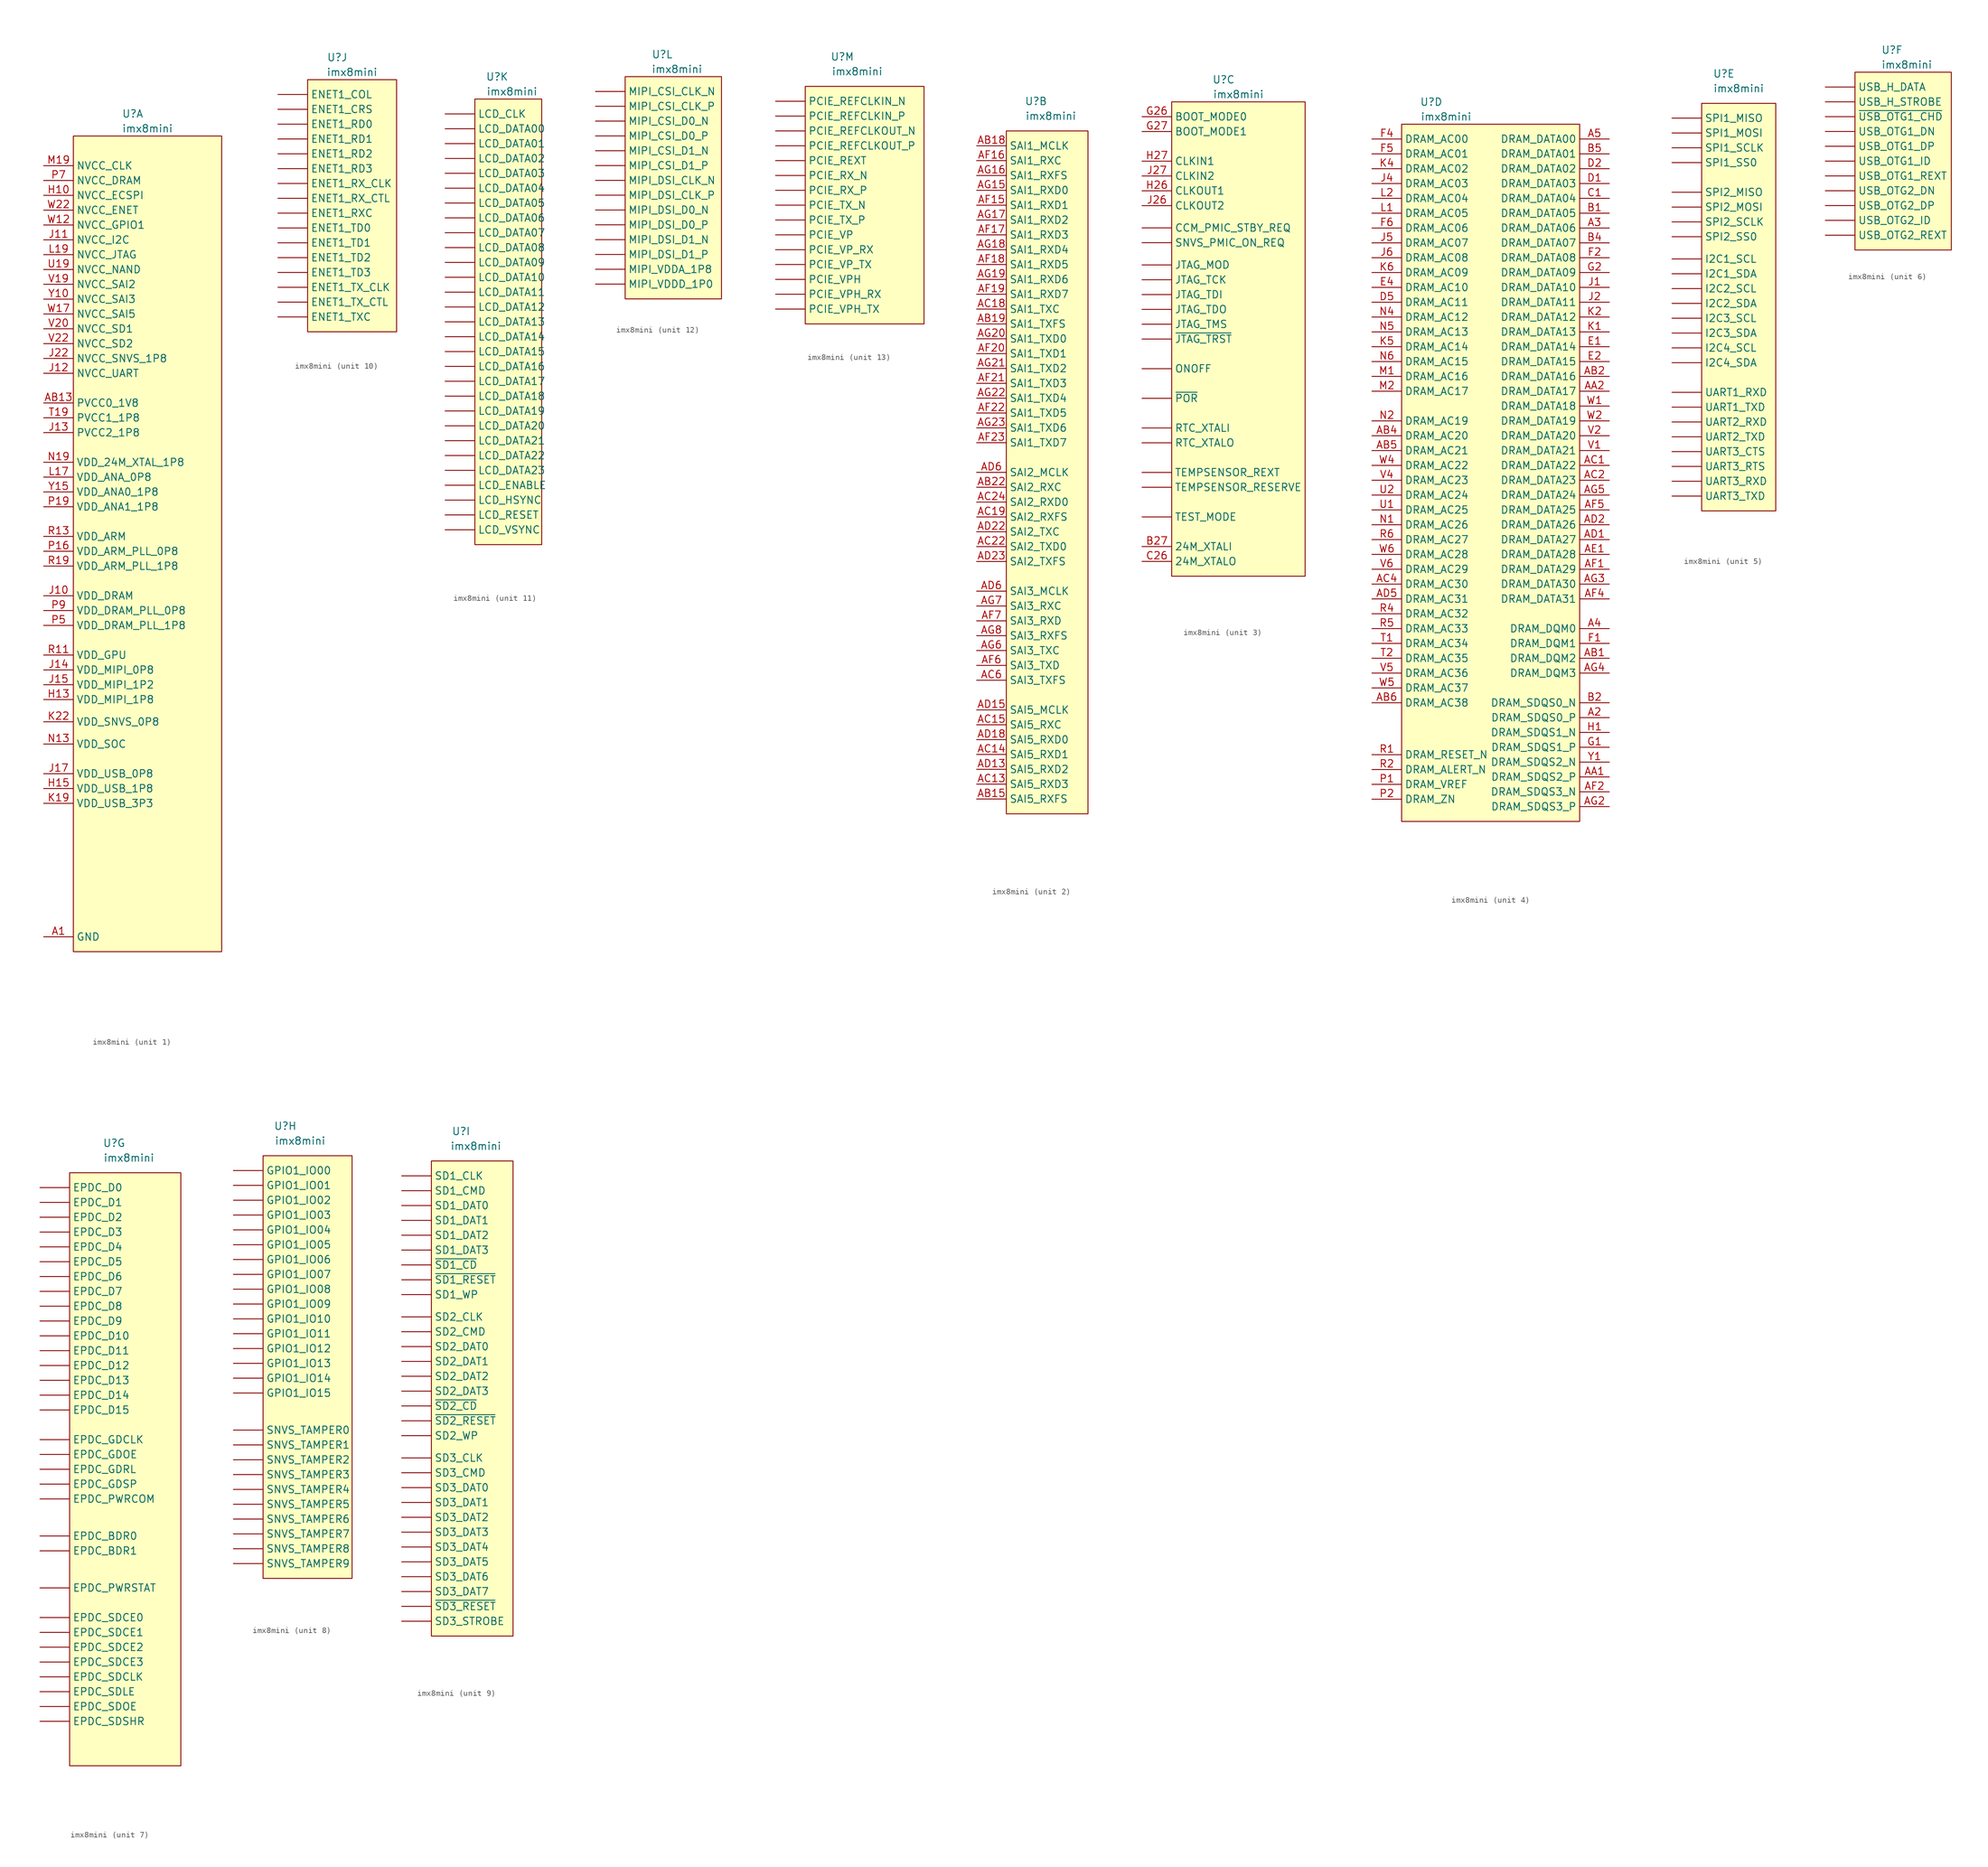
<source format=kicad_sym>
(kicad_symbol_lib
  (version 20220914)
  (generator kicad_symbol_editor)
  (symbol "imx8mini"
    (property "Reference" "U"
      (at 0 1.27 0)
      (effects (font (size 1.27 1.27))))
    (property "Value" "imx8mini"
      (at 2.54 -1.27 0)
      (effects (font (size 1.27 1.27))))
    (property "ki_locked" ""
      (at 0 0 0)
      (effects (font (size 1.27 1.27))))
    (symbol "imx8mini_1_1"
      (rectangle (start -10.16 -2.54) (end 15.24 -142.24) (stroke (width 0.152) (type default)) (fill (type background)))
      (pin power_in line (at -15.24 -139.7 0) (length 5.08) (name "GND" (effects (font (size 1.27 1.27)))) (number "A1" (effects (font (size 1.27 1.27)))))
      (pin power_in line (at -15.24 -139.7 0) (length 5.08) hide (name "GND" (effects (font (size 1.27 1.27)))) (number "A27" (effects (font (size 1.27 1.27)))))
      (pin power_in line (at -15.24 -139.7 0) (length 5.08) hide (name "GND" (effects (font (size 1.27 1.27)))) (number "AA10" (effects (font (size 1.27 1.27)))))
      (pin power_in line (at -15.24 -139.7 0) (length 5.08) hide (name "GND" (effects (font (size 1.27 1.27)))) (number "AA13" (effects (font (size 1.27 1.27)))))
      (pin power_in line (at -15.24 -63.5 0) (length 5.08) hide (name "VDD_ANA0_1P8" (effects (font (size 1.27 1.27)))) (number "AA14" (effects (font (size 1.27 1.27)))))
      (pin power_in line (at -15.24 -139.7 0) (length 5.08) hide (name "GND" (effects (font (size 1.27 1.27)))) (number "AA15" (effects (font (size 1.27 1.27)))))
      (pin power_in line (at -15.24 -139.7 0) (length 5.08) hide (name "GND" (effects (font (size 1.27 1.27)))) (number "AA18" (effects (font (size 1.27 1.27)))))
      (pin power_in line (at -15.24 -139.7 0) (length 5.08) hide (name "GND" (effects (font (size 1.27 1.27)))) (number "AA19" (effects (font (size 1.27 1.27)))))
      (pin power_in line (at -15.24 -139.7 0) (length 5.08) hide (name "GND" (effects (font (size 1.27 1.27)))) (number "AA21" (effects (font (size 1.27 1.27)))))
      (pin power_in line (at -15.24 -139.7 0) (length 5.08) hide (name "GND" (effects (font (size 1.27 1.27)))) (number "AA7" (effects (font (size 1.27 1.27)))))
      (pin power_in line (at -15.24 -139.7 0) (length 5.08) hide (name "GND" (effects (font (size 1.27 1.27)))) (number "AA9" (effects (font (size 1.27 1.27)))))
      (pin power_in line (at -15.24 -48.26 0) (length 5.08) (name "PVCC0_1V8" (effects (font (size 1.27 1.27)))) (number "AB13" (effects (font (size 1.27 1.27)))))
      (pin power_in line (at -15.24 -139.7 0) (length 5.08) hide (name "GND" (effects (font (size 1.27 1.27)))) (number "AB25" (effects (font (size 1.27 1.27)))))
      (pin power_in line (at -15.24 -139.7 0) (length 5.08) hide (name "GND" (effects (font (size 1.27 1.27)))) (number "AB3" (effects (font (size 1.27 1.27)))))
      (pin power_in line (at -15.24 -139.7 0) (length 5.08) hide (name "GND" (effects (font (size 1.27 1.27)))) (number "AC25" (effects (font (size 1.27 1.27)))))
      (pin power_in line (at -15.24 -139.7 0) (length 5.08) hide (name "GND" (effects (font (size 1.27 1.27)))) (number "AC3" (effects (font (size 1.27 1.27)))))
      (pin power_in line (at -15.24 -139.7 0) (length 5.08) hide (name "GND" (effects (font (size 1.27 1.27)))) (number "AE10" (effects (font (size 1.27 1.27)))))
      (pin power_in line (at -15.24 -139.7 0) (length 5.08) hide (name "GND" (effects (font (size 1.27 1.27)))) (number "AE13" (effects (font (size 1.27 1.27)))))
      (pin power_in line (at -15.24 -139.7 0) (length 5.08) hide (name "GND" (effects (font (size 1.27 1.27)))) (number "AE14" (effects (font (size 1.27 1.27)))))
      (pin power_in line (at -15.24 -139.7 0) (length 5.08) hide (name "GND" (effects (font (size 1.27 1.27)))) (number "AE15" (effects (font (size 1.27 1.27)))))
      (pin power_in line (at -15.24 -139.7 0) (length 5.08) hide (name "GND" (effects (font (size 1.27 1.27)))) (number "AE18" (effects (font (size 1.27 1.27)))))
      (pin power_in line (at -15.24 -139.7 0) (length 5.08) hide (name "GND" (effects (font (size 1.27 1.27)))) (number "AE19" (effects (font (size 1.27 1.27)))))
      (pin power_in line (at -15.24 -139.7 0) (length 5.08) hide (name "GND" (effects (font (size 1.27 1.27)))) (number "AE2" (effects (font (size 1.27 1.27)))))
      (pin power_in line (at -15.24 -139.7 0) (length 5.08) hide (name "GND" (effects (font (size 1.27 1.27)))) (number "AE22" (effects (font (size 1.27 1.27)))))
      (pin power_in line (at -15.24 -139.7 0) (length 5.08) hide (name "GND" (effects (font (size 1.27 1.27)))) (number "AE23" (effects (font (size 1.27 1.27)))))
      (pin power_in line (at -15.24 -139.7 0) (length 5.08) hide (name "GND" (effects (font (size 1.27 1.27)))) (number "AE5" (effects (font (size 1.27 1.27)))))
      (pin power_in line (at -15.24 -139.7 0) (length 5.08) hide (name "GND" (effects (font (size 1.27 1.27)))) (number "AE6" (effects (font (size 1.27 1.27)))))
      (pin power_in line (at -15.24 -139.7 0) (length 5.08) hide (name "GND" (effects (font (size 1.27 1.27)))) (number "AE9" (effects (font (size 1.27 1.27)))))
      (pin power_in line (at -15.24 -139.7 0) (length 5.08) hide (name "GND" (effects (font (size 1.27 1.27)))) (number "AF3" (effects (font (size 1.27 1.27)))))
      (pin power_in line (at -15.24 -139.7 0) (length 5.08) hide (name "GND" (effects (font (size 1.27 1.27)))) (number "AG1" (effects (font (size 1.27 1.27)))))
      (pin power_in line (at -15.24 -139.7 0) (length 5.08) hide (name "GND" (effects (font (size 1.27 1.27)))) (number "AG27" (effects (font (size 1.27 1.27)))))
      (pin power_in line (at -15.24 -139.7 0) (length 5.08) hide (name "GND" (effects (font (size 1.27 1.27)))) (number "B26" (effects (font (size 1.27 1.27)))))
      (pin power_in line (at -15.24 -139.7 0) (length 5.08) hide (name "GND" (effects (font (size 1.27 1.27)))) (number "B3" (effects (font (size 1.27 1.27)))))
      (pin power_in line (at -15.24 -139.7 0) (length 5.08) hide (name "GND" (effects (font (size 1.27 1.27)))) (number "C10" (effects (font (size 1.27 1.27)))))
      (pin power_in line (at -15.24 -139.7 0) (length 5.08) hide (name "GND" (effects (font (size 1.27 1.27)))) (number "C13" (effects (font (size 1.27 1.27)))))
      (pin power_in line (at -15.24 -139.7 0) (length 5.08) hide (name "GND" (effects (font (size 1.27 1.27)))) (number "C14" (effects (font (size 1.27 1.27)))))
      (pin power_in line (at -15.24 -139.7 0) (length 5.08) hide (name "GND" (effects (font (size 1.27 1.27)))) (number "C15" (effects (font (size 1.27 1.27)))))
      (pin power_in line (at -15.24 -139.7 0) (length 5.08) hide (name "GND" (effects (font (size 1.27 1.27)))) (number "C18" (effects (font (size 1.27 1.27)))))
      (pin power_in line (at -15.24 -139.7 0) (length 5.08) hide (name "GND" (effects (font (size 1.27 1.27)))) (number "C19" (effects (font (size 1.27 1.27)))))
      (pin power_in line (at -15.24 -139.7 0) (length 5.08) hide (name "GND" (effects (font (size 1.27 1.27)))) (number "C2" (effects (font (size 1.27 1.27)))))
      (pin power_in line (at -15.24 -139.7 0) (length 5.08) hide (name "GND" (effects (font (size 1.27 1.27)))) (number "C22" (effects (font (size 1.27 1.27)))))
      (pin power_in line (at -15.24 -139.7 0) (length 5.08) hide (name "GND" (effects (font (size 1.27 1.27)))) (number "C23" (effects (font (size 1.27 1.27)))))
      (pin power_in line (at -15.24 -139.7 0) (length 5.08) hide (name "GND" (effects (font (size 1.27 1.27)))) (number "C5" (effects (font (size 1.27 1.27)))))
      (pin power_in line (at -15.24 -139.7 0) (length 5.08) hide (name "GND" (effects (font (size 1.27 1.27)))) (number "C6" (effects (font (size 1.27 1.27)))))
      (pin power_in line (at -15.24 -139.7 0) (length 5.08) hide (name "GND" (effects (font (size 1.27 1.27)))) (number "C9" (effects (font (size 1.27 1.27)))))
      (pin power_in line (at -15.24 -139.7 0) (length 5.08) hide (name "GND" (effects (font (size 1.27 1.27)))) (number "E25" (effects (font (size 1.27 1.27)))))
      (pin power_in line (at -15.24 -139.7 0) (length 5.08) hide (name "GND" (effects (font (size 1.27 1.27)))) (number "E3" (effects (font (size 1.27 1.27)))))
      (pin power_in line (at -15.24 -139.7 0) (length 5.08) hide (name "GND" (effects (font (size 1.27 1.27)))) (number "F25" (effects (font (size 1.27 1.27)))))
      (pin power_in line (at -15.24 -139.7 0) (length 5.08) hide (name "GND" (effects (font (size 1.27 1.27)))) (number "F3" (effects (font (size 1.27 1.27)))))
      (pin power_in line (at -15.24 -139.7 0) (length 5.08) hide (name "GND" (effects (font (size 1.27 1.27)))) (number "G10" (effects (font (size 1.27 1.27)))))
      (pin power_in line (at -15.24 -139.7 0) (length 5.08) hide (name "GND" (effects (font (size 1.27 1.27)))) (number "G13" (effects (font (size 1.27 1.27)))))
      (pin power_in line (at -15.24 -139.7 0) (length 5.08) hide (name "GND" (effects (font (size 1.27 1.27)))) (number "G15" (effects (font (size 1.27 1.27)))))
      (pin power_in line (at -15.24 -139.7 0) (length 5.08) hide (name "GND" (effects (font (size 1.27 1.27)))) (number "G18" (effects (font (size 1.27 1.27)))))
      (pin power_in line (at -15.24 -139.7 0) (length 5.08) hide (name "GND" (effects (font (size 1.27 1.27)))) (number "G19" (effects (font (size 1.27 1.27)))))
      (pin power_in line (at -15.24 -139.7 0) (length 5.08) hide (name "GND" (effects (font (size 1.27 1.27)))) (number "G21" (effects (font (size 1.27 1.27)))))
      (pin power_in line (at -15.24 -139.7 0) (length 5.08) hide (name "GND" (effects (font (size 1.27 1.27)))) (number "G7" (effects (font (size 1.27 1.27)))))
      (pin power_in line (at -15.24 -139.7 0) (length 5.08) hide (name "GND" (effects (font (size 1.27 1.27)))) (number "G9" (effects (font (size 1.27 1.27)))))
      (pin power_in line (at -15.24 -12.7 0) (length 5.08) (name "NVCC_ECSPI" (effects (font (size 1.27 1.27)))) (number "H10" (effects (font (size 1.27 1.27)))))
      (pin power_in line (at -15.24 -99.06 0) (length 5.08) (name "VDD_MIPI_1P8" (effects (font (size 1.27 1.27)))) (number "H13" (effects (font (size 1.27 1.27)))))
      (pin power_in line (at -15.24 -114.3 0) (length 5.08) (name "VDD_USB_1P8" (effects (font (size 1.27 1.27)))) (number "H15" (effects (font (size 1.27 1.27)))))
      (pin power_in line (at -15.24 -139.7 0) (length 5.08) hide (name "GND" (effects (font (size 1.27 1.27)))) (number "H18" (effects (font (size 1.27 1.27)))))
      (pin power_in line (at -15.24 -139.7 0) (length 5.08) hide (name "GND" (effects (font (size 1.27 1.27)))) (number "H2" (effects (font (size 1.27 1.27)))))
      (pin power_in line (at -15.24 -81.28 0) (length 5.08) (name "VDD_DRAM" (effects (font (size 1.27 1.27)))) (number "J10" (effects (font (size 1.27 1.27)))))
      (pin power_in line (at -15.24 -20.32 0) (length 5.08) (name "NVCC_I2C" (effects (font (size 1.27 1.27)))) (number "J11" (effects (font (size 1.27 1.27)))))
      (pin power_in line (at -15.24 -43.18 0) (length 5.08) (name "NVCC_UART" (effects (font (size 1.27 1.27)))) (number "J12" (effects (font (size 1.27 1.27)))))
      (pin power_in line (at -15.24 -53.34 0) (length 5.08) (name "PVCC2_1P8" (effects (font (size 1.27 1.27)))) (number "J13" (effects (font (size 1.27 1.27)))))
      (pin power_in line (at -15.24 -93.98 0) (length 5.08) (name "VDD_MIPI_0P8" (effects (font (size 1.27 1.27)))) (number "J14" (effects (font (size 1.27 1.27)))))
      (pin power_in line (at -15.24 -96.52 0) (length 5.08) (name "VDD_MIPI_1P2" (effects (font (size 1.27 1.27)))) (number "J15" (effects (font (size 1.27 1.27)))))
      (pin power_in line (at -15.24 -111.76 0) (length 5.08) (name "VDD_USB_0P8" (effects (font (size 1.27 1.27)))) (number "J17" (effects (font (size 1.27 1.27)))))
      (pin power_in line (at -15.24 -139.7 0) (length 5.08) hide (name "GND" (effects (font (size 1.27 1.27)))) (number "J21" (effects (font (size 1.27 1.27)))))
      (pin power_in line (at -15.24 -40.64 0) (length 5.08) (name "NVCC_SNVS_1P8" (effects (font (size 1.27 1.27)))) (number "J22" (effects (font (size 1.27 1.27)))))
      (pin power_in line (at -15.24 -139.7 0) (length 5.08) hide (name "GND" (effects (font (size 1.27 1.27)))) (number "J25" (effects (font (size 1.27 1.27)))))
      (pin power_in line (at -15.24 -139.7 0) (length 5.08) hide (name "GND" (effects (font (size 1.27 1.27)))) (number "J3" (effects (font (size 1.27 1.27)))))
      (pin power_in line (at -15.24 -139.7 0) (length 5.08) hide (name "GND" (effects (font (size 1.27 1.27)))) (number "J7" (effects (font (size 1.27 1.27)))))
      (pin power_in line (at -15.24 -106.68 0) (length 5.08) hide (name "VDD_SOC" (effects (font (size 1.27 1.27)))) (number "K15" (effects (font (size 1.27 1.27)))))
      (pin power_in line (at -15.24 -106.68 0) (length 5.08) hide (name "VDD_SOC" (effects (font (size 1.27 1.27)))) (number "K16" (effects (font (size 1.27 1.27)))))
      (pin power_in line (at -15.24 -116.84 0) (length 5.08) (name "VDD_USB_3P3" (effects (font (size 1.27 1.27)))) (number "K19" (effects (font (size 1.27 1.27)))))
      (pin power_in line (at -15.24 -139.7 0) (length 5.08) hide (name "GND" (effects (font (size 1.27 1.27)))) (number "K20" (effects (font (size 1.27 1.27)))))
      (pin power_in line (at -15.24 -139.7 0) (length 5.08) hide (name "GND" (effects (font (size 1.27 1.27)))) (number "K21" (effects (font (size 1.27 1.27)))))
      (pin power_in line (at -15.24 -102.87 0) (length 5.08) (name "VDD_SNVS_0P8" (effects (font (size 1.27 1.27)))) (number "K22" (effects (font (size 1.27 1.27)))))
      (pin power_in line (at -15.24 -139.7 0) (length 5.08) hide (name "GND" (effects (font (size 1.27 1.27)))) (number "K25" (effects (font (size 1.27 1.27)))))
      (pin power_in line (at -15.24 -139.7 0) (length 5.08) hide (name "GND" (effects (font (size 1.27 1.27)))) (number "K3" (effects (font (size 1.27 1.27)))))
      (pin power_in line (at -15.24 -139.7 0) (length 5.08) hide (name "GND" (effects (font (size 1.27 1.27)))) (number "K7" (effects (font (size 1.27 1.27)))))
      (pin power_in line (at -15.24 -10.16 0) (length 5.08) hide (name "NVCC_DRAM" (effects (font (size 1.27 1.27)))) (number "K8" (effects (font (size 1.27 1.27)))))
      (pin power_in line (at -15.24 -10.16 0) (length 5.08) hide (name "NVCC_DRAM" (effects (font (size 1.27 1.27)))) (number "K9" (effects (font (size 1.27 1.27)))))
      (pin power_in line (at -15.24 -81.28 0) (length 5.08) hide (name "VDD_DRAM" (effects (font (size 1.27 1.27)))) (number "L10" (effects (font (size 1.27 1.27)))))
      (pin power_in line (at -15.24 -139.7 0) (length 5.08) hide (name "GND" (effects (font (size 1.27 1.27)))) (number "L12" (effects (font (size 1.27 1.27)))))
      (pin power_in line (at -15.24 -106.68 0) (length 5.08) hide (name "VDD_SOC" (effects (font (size 1.27 1.27)))) (number "L15" (effects (font (size 1.27 1.27)))))
      (pin power_in line (at -15.24 -139.7 0) (length 5.08) hide (name "GND" (effects (font (size 1.27 1.27)))) (number "L16" (effects (font (size 1.27 1.27)))))
      (pin power_in line (at -15.24 -60.96 0) (length 5.08) (name "VDD_ANA_0P8" (effects (font (size 1.27 1.27)))) (number "L17" (effects (font (size 1.27 1.27)))))
      (pin power_in line (at -15.24 -106.68 0) (length 5.08) hide (name "VDD_SOC" (effects (font (size 1.27 1.27)))) (number "L18" (effects (font (size 1.27 1.27)))))
      (pin power_in line (at -15.24 -22.86 0) (length 5.08) (name "NVCC_JTAG" (effects (font (size 1.27 1.27)))) (number "L19" (effects (font (size 1.27 1.27)))))
      (pin power_in line (at -15.24 -10.16 0) (length 5.08) hide (name "NVCC_DRAM" (effects (font (size 1.27 1.27)))) (number "L9" (effects (font (size 1.27 1.27)))))
      (pin power_in line (at -15.24 -139.7 0) (length 5.08) hide (name "GND" (effects (font (size 1.27 1.27)))) (number "M12" (effects (font (size 1.27 1.27)))))
      (pin power_in line (at -15.24 -106.68 0) (length 5.08) hide (name "VDD_SOC" (effects (font (size 1.27 1.27)))) (number "M15" (effects (font (size 1.27 1.27)))))
      (pin power_in line (at -15.24 -139.7 0) (length 5.08) hide (name "GND" (effects (font (size 1.27 1.27)))) (number "M16" (effects (font (size 1.27 1.27)))))
      (pin power_in line (at -15.24 -7.62 0) (length 5.08) (name "NVCC_CLK" (effects (font (size 1.27 1.27)))) (number "M19" (effects (font (size 1.27 1.27)))))
      (pin power_in line (at -15.24 -10.16 0) (length 5.08) hide (name "NVCC_DRAM" (effects (font (size 1.27 1.27)))) (number "M9" (effects (font (size 1.27 1.27)))))
      (pin power_in line (at -15.24 -81.28 0) (length 5.08) hide (name "VDD_DRAM" (effects (font (size 1.27 1.27)))) (number "N10" (effects (font (size 1.27 1.27)))))
      (pin power_in line (at -15.24 -139.7 0) (length 5.08) hide (name "GND" (effects (font (size 1.27 1.27)))) (number "N12" (effects (font (size 1.27 1.27)))))
      (pin power_in line (at -15.24 -106.68 0) (length 5.08) (name "VDD_SOC" (effects (font (size 1.27 1.27)))) (number "N13" (effects (font (size 1.27 1.27)))))
      (pin power_in line (at -15.24 -106.68 0) (length 5.08) hide (name "VDD_SOC" (effects (font (size 1.27 1.27)))) (number "N15" (effects (font (size 1.27 1.27)))))
      (pin power_in line (at -15.24 -139.7 0) (length 5.08) hide (name "GND" (effects (font (size 1.27 1.27)))) (number "N16" (effects (font (size 1.27 1.27)))))
      (pin power_in line (at -15.24 -60.96 0) (length 5.08) hide (name "VDD_ANA_0P8" (effects (font (size 1.27 1.27)))) (number "N17" (effects (font (size 1.27 1.27)))))
      (pin power_in line (at -15.24 -106.68 0) (length 5.08) hide (name "VDD_SOC" (effects (font (size 1.27 1.27)))) (number "N18" (effects (font (size 1.27 1.27)))))
      (pin power_in line (at -15.24 -58.42 0) (length 5.08) (name "VDD_24M_XTAL_1P8" (effects (font (size 1.27 1.27)))) (number "N19" (effects (font (size 1.27 1.27)))))
      (pin power_in line (at -15.24 -66.04 0) (length 5.08) hide (name "VDD_ANA1_1P8" (effects (font (size 1.27 1.27)))) (number "N20" (effects (font (size 1.27 1.27)))))
      (pin power_in line (at -15.24 -139.7 0) (length 5.08) hide (name "GND" (effects (font (size 1.27 1.27)))) (number "N21" (effects (font (size 1.27 1.27)))))
      (pin power_in line (at -15.24 -139.7 0) (length 5.08) hide (name "GND" (effects (font (size 1.27 1.27)))) (number "N25" (effects (font (size 1.27 1.27)))))
      (pin power_in line (at -15.24 -139.7 0) (length 5.08) hide (name "GND" (effects (font (size 1.27 1.27)))) (number "N3" (effects (font (size 1.27 1.27)))))
      (pin power_in line (at -15.24 -139.7 0) (length 5.08) hide (name "GND" (effects (font (size 1.27 1.27)))) (number "N7" (effects (font (size 1.27 1.27)))))
      (pin power_in line (at -15.24 -10.16 0) (length 5.08) hide (name "NVCC_DRAM" (effects (font (size 1.27 1.27)))) (number "N8" (effects (font (size 1.27 1.27)))))
      (pin power_in line (at -15.24 -10.16 0) (length 5.08) hide (name "NVCC_DRAM" (effects (font (size 1.27 1.27)))) (number "N9" (effects (font (size 1.27 1.27)))))
      (pin power_in line (at -15.24 -91.44 0) (length 5.08) hide (name "VDD_GPU" (effects (font (size 1.27 1.27)))) (number "P12" (effects (font (size 1.27 1.27)))))
      (pin power_in line (at -15.24 -139.7 0) (length 5.08) hide (name "GND" (effects (font (size 1.27 1.27)))) (number "P13" (effects (font (size 1.27 1.27)))))
      (pin power_in line (at -15.24 -139.7 0) (length 5.08) hide (name "GND" (effects (font (size 1.27 1.27)))) (number "P15" (effects (font (size 1.27 1.27)))))
      (pin power_in line (at -15.24 -73.66 0) (length 5.08) (name "VDD_ARM_PLL_0P8" (effects (font (size 1.27 1.27)))) (number "P16" (effects (font (size 1.27 1.27)))))
      (pin power_in line (at -15.24 -66.04 0) (length 5.08) (name "VDD_ANA1_1P8" (effects (font (size 1.27 1.27)))) (number "P19" (effects (font (size 1.27 1.27)))))
      (pin power_in line (at -15.24 -139.7 0) (length 5.08) hide (name "GND" (effects (font (size 1.27 1.27)))) (number "P21" (effects (font (size 1.27 1.27)))))
      (pin power_in line (at -15.24 -139.7 0) (length 5.08) hide (name "GND" (effects (font (size 1.27 1.27)))) (number "P25" (effects (font (size 1.27 1.27)))))
      (pin power_in line (at -15.24 -139.7 0) (length 5.08) hide (name "GND" (effects (font (size 1.27 1.27)))) (number "P3" (effects (font (size 1.27 1.27)))))
      (pin power_in line (at -15.24 -86.36 0) (length 5.08) (name "VDD_DRAM_PLL_1P8" (effects (font (size 1.27 1.27)))) (number "P5" (effects (font (size 1.27 1.27)))))
      (pin power_in line (at -15.24 -10.16 0) (length 5.08) (name "NVCC_DRAM" (effects (font (size 1.27 1.27)))) (number "P7" (effects (font (size 1.27 1.27)))))
      (pin power_in line (at -15.24 -83.82 0) (length 5.08) (name "VDD_DRAM_PLL_0P8" (effects (font (size 1.27 1.27)))) (number "P9" (effects (font (size 1.27 1.27)))))
      (pin power_in line (at -15.24 -81.28 0) (length 5.08) hide (name "VDD_DRAM" (effects (font (size 1.27 1.27)))) (number "R10" (effects (font (size 1.27 1.27)))))
      (pin power_in line (at -15.24 -91.44 0) (length 5.08) (name "VDD_GPU" (effects (font (size 1.27 1.27)))) (number "R11" (effects (font (size 1.27 1.27)))))
      (pin power_in line (at -15.24 -139.7 0) (length 5.08) hide (name "GND" (effects (font (size 1.27 1.27)))) (number "R12" (effects (font (size 1.27 1.27)))))
      (pin power_in line (at -15.24 -71.12 0) (length 5.08) (name "VDD_ARM" (effects (font (size 1.27 1.27)))) (number "R13" (effects (font (size 1.27 1.27)))))
      (pin power_in line (at -15.24 -71.12 0) (length 5.08) hide (name "VDD_ARM" (effects (font (size 1.27 1.27)))) (number "R15" (effects (font (size 1.27 1.27)))))
      (pin power_in line (at -15.24 -139.7 0) (length 5.08) hide (name "GND" (effects (font (size 1.27 1.27)))) (number "R16" (effects (font (size 1.27 1.27)))))
      (pin power_in line (at -15.24 -106.68 0) (length 5.08) hide (name "VDD_SOC" (effects (font (size 1.27 1.27)))) (number "R17" (effects (font (size 1.27 1.27)))))
      (pin power_in line (at -15.24 -106.68 0) (length 5.08) hide (name "VDD_SOC" (effects (font (size 1.27 1.27)))) (number "R18" (effects (font (size 1.27 1.27)))))
      (pin power_in line (at -15.24 -76.2 0) (length 5.08) (name "VDD_ARM_PLL_1P8" (effects (font (size 1.27 1.27)))) (number "R19" (effects (font (size 1.27 1.27)))))
      (pin power_in line (at -15.24 -139.7 0) (length 5.08) hide (name "GND" (effects (font (size 1.27 1.27)))) (number "R20" (effects (font (size 1.27 1.27)))))
      (pin power_in line (at -15.24 -139.7 0) (length 5.08) hide (name "GND" (effects (font (size 1.27 1.27)))) (number "R21" (effects (font (size 1.27 1.27)))))
      (pin power_in line (at -15.24 -139.7 0) (length 5.08) hide (name "GND" (effects (font (size 1.27 1.27)))) (number "R25" (effects (font (size 1.27 1.27)))))
      (pin power_in line (at -15.24 -139.7 0) (length 5.08) hide (name "GND" (effects (font (size 1.27 1.27)))) (number "R3" (effects (font (size 1.27 1.27)))))
      (pin power_in line (at -15.24 -139.7 0) (length 5.08) hide (name "GND" (effects (font (size 1.27 1.27)))) (number "R7" (effects (font (size 1.27 1.27)))))
      (pin power_in line (at -15.24 -10.16 0) (length 5.08) hide (name "NVCC_DRAM" (effects (font (size 1.27 1.27)))) (number "R8" (effects (font (size 1.27 1.27)))))
      (pin power_in line (at -15.24 -10.16 0) (length 5.08) hide (name "NVCC_DRAM" (effects (font (size 1.27 1.27)))) (number "R9" (effects (font (size 1.27 1.27)))))
      (pin power_in line (at -15.24 -139.7 0) (length 5.08) hide (name "GND" (effects (font (size 1.27 1.27)))) (number "T12" (effects (font (size 1.27 1.27)))))
      (pin power_in line (at -15.24 -71.12 0) (length 5.08) hide (name "VDD_ARM" (effects (font (size 1.27 1.27)))) (number "T13" (effects (font (size 1.27 1.27)))))
      (pin power_in line (at -15.24 -71.12 0) (length 5.08) hide (name "VDD_ARM" (effects (font (size 1.27 1.27)))) (number "T14" (effects (font (size 1.27 1.27)))))
      (pin power_in line (at -15.24 -71.12 0) (length 5.08) hide (name "VDD_ARM" (effects (font (size 1.27 1.27)))) (number "T15" (effects (font (size 1.27 1.27)))))
      (pin power_in line (at -15.24 -139.7 0) (length 5.08) hide (name "GND" (effects (font (size 1.27 1.27)))) (number "T16" (effects (font (size 1.27 1.27)))))
      (pin power_in line (at -15.24 -50.8 0) (length 5.08) (name "PVCC1_1P8" (effects (font (size 1.27 1.27)))) (number "T19" (effects (font (size 1.27 1.27)))))
      (pin power_in line (at -15.24 -10.16 0) (length 5.08) hide (name "NVCC_DRAM" (effects (font (size 1.27 1.27)))) (number "T9" (effects (font (size 1.27 1.27)))))
      (pin power_in line (at -15.24 -81.28 0) (length 5.08) hide (name "VDD_DRAM" (effects (font (size 1.27 1.27)))) (number "U10" (effects (font (size 1.27 1.27)))))
      (pin power_in line (at -15.24 -91.44 0) (length 5.08) hide (name "VDD_GPU" (effects (font (size 1.27 1.27)))) (number "U11" (effects (font (size 1.27 1.27)))))
      (pin power_in line (at -15.24 -139.7 0) (length 5.08) hide (name "GND" (effects (font (size 1.27 1.27)))) (number "U12" (effects (font (size 1.27 1.27)))))
      (pin power_in line (at -15.24 -71.12 0) (length 5.08) hide (name "VDD_ARM" (effects (font (size 1.27 1.27)))) (number "U13" (effects (font (size 1.27 1.27)))))
      (pin power_in line (at -15.24 -71.12 0) (length 5.08) hide (name "VDD_ARM" (effects (font (size 1.27 1.27)))) (number "U15" (effects (font (size 1.27 1.27)))))
      (pin power_in line (at -15.24 -139.7 0) (length 5.08) hide (name "GND" (effects (font (size 1.27 1.27)))) (number "U16" (effects (font (size 1.27 1.27)))))
      (pin power_in line (at -15.24 -106.68 0) (length 5.08) hide (name "VDD_SOC" (effects (font (size 1.27 1.27)))) (number "U17" (effects (font (size 1.27 1.27)))))
      (pin power_in line (at -15.24 -106.68 0) (length 5.08) hide (name "VDD_SOC" (effects (font (size 1.27 1.27)))) (number "U18" (effects (font (size 1.27 1.27)))))
      (pin power_in line (at -15.24 -25.4 0) (length 5.08) (name "NVCC_NAND" (effects (font (size 1.27 1.27)))) (number "U19" (effects (font (size 1.27 1.27)))))
      (pin power_in line (at -15.24 -10.16 0) (length 5.08) hide (name "NVCC_DRAM" (effects (font (size 1.27 1.27)))) (number "U9" (effects (font (size 1.27 1.27)))))
      (pin power_in line (at -15.24 -91.44 0) (length 5.08) hide (name "VDD_GPU" (effects (font (size 1.27 1.27)))) (number "V12" (effects (font (size 1.27 1.27)))))
      (pin power_in line (at -15.24 -71.12 0) (length 5.08) hide (name "VDD_ARM" (effects (font (size 1.27 1.27)))) (number "V13" (effects (font (size 1.27 1.27)))))
      (pin power_in line (at -15.24 -71.12 0) (length 5.08) hide (name "VDD_ARM" (effects (font (size 1.27 1.27)))) (number "V15" (effects (font (size 1.27 1.27)))))
      (pin power_in line (at -15.24 -71.12 0) (length 5.08) hide (name "VDD_ARM" (effects (font (size 1.27 1.27)))) (number "V16" (effects (font (size 1.27 1.27)))))
      (pin power_in line (at -15.24 -27.94 0) (length 5.08) (name "NVCC_SAI2" (effects (font (size 1.27 1.27)))) (number "V19" (effects (font (size 1.27 1.27)))))
      (pin power_in line (at -15.24 -35.56 0) (length 5.08) (name "NVCC_SD1" (effects (font (size 1.27 1.27)))) (number "V20" (effects (font (size 1.27 1.27)))))
      (pin power_in line (at -15.24 -38.1 0) (length 5.08) (name "NVCC_SD2" (effects (font (size 1.27 1.27)))) (number "V22" (effects (font (size 1.27 1.27)))))
      (pin power_in line (at -15.24 -139.7 0) (length 5.08) hide (name "GND" (effects (font (size 1.27 1.27)))) (number "V3" (effects (font (size 1.27 1.27)))))
      (pin power_in line (at -15.24 -139.7 0) (length 5.08) hide (name "GND" (effects (font (size 1.27 1.27)))) (number "V7" (effects (font (size 1.27 1.27)))))
      (pin power_in line (at -15.24 -10.16 0) (length 5.08) hide (name "NVCC_DRAM" (effects (font (size 1.27 1.27)))) (number "V8" (effects (font (size 1.27 1.27)))))
      (pin power_in line (at -15.24 -10.16 0) (length 5.08) hide (name "NVCC_DRAM" (effects (font (size 1.27 1.27)))) (number "V9" (effects (font (size 1.27 1.27)))))
      (pin power_in line (at -15.24 -81.28 0) (length 5.08) hide (name "VDD_DRAM" (effects (font (size 1.27 1.27)))) (number "W10" (effects (font (size 1.27 1.27)))))
      (pin power_in line (at -15.24 -91.44 0) (length 5.08) hide (name "VDD_GPU" (effects (font (size 1.27 1.27)))) (number "W11" (effects (font (size 1.27 1.27)))))
      (pin power_in line (at -15.24 -17.78 0) (length 5.08) (name "NVCC_GPIO1" (effects (font (size 1.27 1.27)))) (number "W12" (effects (font (size 1.27 1.27)))))
      (pin power_in line (at -15.24 -71.12 0) (length 5.08) hide (name "VDD_ARM" (effects (font (size 1.27 1.27)))) (number "W13" (effects (font (size 1.27 1.27)))))
      (pin power_in line (at -15.24 -71.12 0) (length 5.08) hide (name "VDD_ARM" (effects (font (size 1.27 1.27)))) (number "W14" (effects (font (size 1.27 1.27)))))
      (pin power_in line (at -15.24 -71.12 0) (length 5.08) hide (name "VDD_ARM" (effects (font (size 1.27 1.27)))) (number "W15" (effects (font (size 1.27 1.27)))))
      (pin power_in line (at -15.24 -71.12 0) (length 5.08) hide (name "VDD_ARM" (effects (font (size 1.27 1.27)))) (number "W16" (effects (font (size 1.27 1.27)))))
      (pin power_in line (at -15.24 -33.02 0) (length 5.08) (name "NVCC_SAI5" (effects (font (size 1.27 1.27)))) (number "W17" (effects (font (size 1.27 1.27)))))
      (pin power_in line (at -15.24 -15.24 0) (length 5.08) (name "NVCC_ENET" (effects (font (size 1.27 1.27)))) (number "W22" (effects (font (size 1.27 1.27)))))
      (pin power_in line (at -15.24 -139.7 0) (length 5.08) hide (name "GND" (effects (font (size 1.27 1.27)))) (number "W25" (effects (font (size 1.27 1.27)))))
      (pin power_in line (at -15.24 -139.7 0) (length 5.08) hide (name "GND" (effects (font (size 1.27 1.27)))) (number "W3" (effects (font (size 1.27 1.27)))))
      (pin power_in line (at -15.24 -139.7 0) (length 5.08) hide (name "GND" (effects (font (size 1.27 1.27)))) (number "W7" (effects (font (size 1.27 1.27)))))
      (pin power_in line (at -15.24 -30.48 0) (length 5.08) (name "NVCC_SAI3" (effects (font (size 1.27 1.27)))) (number "Y10" (effects (font (size 1.27 1.27)))))
      (pin power_in line (at -15.24 -139.7 0) (length 5.08) hide (name "GND" (effects (font (size 1.27 1.27)))) (number "Y13" (effects (font (size 1.27 1.27)))))
      (pin power_in line (at -15.24 -63.5 0) (length 5.08) (name "VDD_ANA0_1P8" (effects (font (size 1.27 1.27)))) (number "Y15" (effects (font (size 1.27 1.27)))))
      (pin power_in line (at -15.24 -139.7 0) (length 5.08) hide (name "GND" (effects (font (size 1.27 1.27)))) (number "Y18" (effects (font (size 1.27 1.27)))))
      (pin power_in line (at -15.24 -139.7 0) (length 5.08) hide (name "GND" (effects (font (size 1.27 1.27)))) (number "Y2" (effects (font (size 1.27 1.27))))))
    (symbol "imx8mini_2_1"
      (rectangle (start -5.08 -3.81) (end 8.89 -120.65) (stroke (width 0.152) (type default)) (fill (type background)))
      (pin passive line (at -10.16 -118.11 0) (length 5.08) (name "SAI5_RXFS" (effects (font (size 1.27 1.27)))) (number "AB15" (effects (font (size 1.27 1.27)))))
      (pin passive line (at -10.16 -6.35 0) (length 5.08) (name "SAI1_MCLK" (effects (font (size 1.27 1.27)))) (number "AB18" (effects (font (size 1.27 1.27)))))
      (pin passive line (at -10.16 -36.83 0) (length 5.08) (name "SAI1_TXFS" (effects (font (size 1.27 1.27)))) (number "AB19" (effects (font (size 1.27 1.27)))))
      (pin passive line (at -10.16 -64.77 0) (length 5.08) (name "SAI2_RXC" (effects (font (size 1.27 1.27)))) (number "AB22" (effects (font (size 1.27 1.27)))))
      (pin passive line (at -10.16 -115.57 0) (length 5.08) (name "SAI5_RXD3" (effects (font (size 1.27 1.27)))) (number "AC13" (effects (font (size 1.27 1.27)))))
      (pin passive line (at -10.16 -110.49 0) (length 5.08) (name "SAI5_RXD1" (effects (font (size 1.27 1.27)))) (number "AC14" (effects (font (size 1.27 1.27)))))
      (pin passive line (at -10.16 -105.41 0) (length 5.08) (name "SAI5_RXC" (effects (font (size 1.27 1.27)))) (number "AC15" (effects (font (size 1.27 1.27)))))
      (pin passive line (at -10.16 -34.29 0) (length 5.08) (name "SAI1_TXC" (effects (font (size 1.27 1.27)))) (number "AC18" (effects (font (size 1.27 1.27)))))
      (pin passive line (at -10.16 -69.85 0) (length 5.08) (name "SAI2_RXFS" (effects (font (size 1.27 1.27)))) (number "AC19" (effects (font (size 1.27 1.27)))))
      (pin passive line (at -10.16 -74.93 0) (length 5.08) (name "SAI2_TXD0" (effects (font (size 1.27 1.27)))) (number "AC22" (effects (font (size 1.27 1.27)))))
      (pin passive line (at -10.16 -67.31 0) (length 5.08) (name "SAI2_RXD0" (effects (font (size 1.27 1.27)))) (number "AC24" (effects (font (size 1.27 1.27)))))
      (pin passive line (at -10.16 -97.79 0) (length 5.08) (name "SAI3_TXFS" (effects (font (size 1.27 1.27)))) (number "AC6" (effects (font (size 1.27 1.27)))))
      (pin passive line (at -10.16 -113.03 0) (length 5.08) (name "SAI5_RXD2" (effects (font (size 1.27 1.27)))) (number "AD13" (effects (font (size 1.27 1.27)))))
      (pin passive line (at -10.16 -102.87 0) (length 5.08) (name "SAI5_MCLK" (effects (font (size 1.27 1.27)))) (number "AD15" (effects (font (size 1.27 1.27)))))
      (pin passive line (at -10.16 -107.95 0) (length 5.08) (name "SAI5_RXD0" (effects (font (size 1.27 1.27)))) (number "AD18" (effects (font (size 1.27 1.27)))))
      (pin passive line (at -10.16 -72.39 0) (length 5.08) (name "SAI2_TXC" (effects (font (size 1.27 1.27)))) (number "AD22" (effects (font (size 1.27 1.27)))))
      (pin passive line (at -10.16 -77.47 0) (length 5.08) (name "SAI2_TXFS" (effects (font (size 1.27 1.27)))) (number "AD23" (effects (font (size 1.27 1.27)))))
      (pin passive line (at -10.16 -62.23 0) (length 5.08) (name "SAI2_MCLK" (effects (font (size 1.27 1.27)))) (number "AD6" (effects (font (size 1.27 1.27)))))
      (pin passive line (at -10.16 -82.55 0) (length 5.08) (name "SAI3_MCLK" (effects (font (size 1.27 1.27)))) (number "AD6" (effects (font (size 1.27 1.27)))))
      (pin passive line (at -10.16 -16.51 0) (length 5.08) (name "SAI1_RXD1" (effects (font (size 1.27 1.27)))) (number "AF15" (effects (font (size 1.27 1.27)))))
      (pin passive line (at -10.16 -8.89 0) (length 5.08) (name "SAI1_RXC" (effects (font (size 1.27 1.27)))) (number "AF16" (effects (font (size 1.27 1.27)))))
      (pin passive line (at -10.16 -21.59 0) (length 5.08) (name "SAI1_RXD3" (effects (font (size 1.27 1.27)))) (number "AF17" (effects (font (size 1.27 1.27)))))
      (pin passive line (at -10.16 -26.67 0) (length 5.08) (name "SAI1_RXD5" (effects (font (size 1.27 1.27)))) (number "AF18" (effects (font (size 1.27 1.27)))))
      (pin passive line (at -10.16 -31.75 0) (length 5.08) (name "SAI1_RXD7" (effects (font (size 1.27 1.27)))) (number "AF19" (effects (font (size 1.27 1.27)))))
      (pin passive line (at -10.16 -41.91 0) (length 5.08) (name "SAI1_TXD1" (effects (font (size 1.27 1.27)))) (number "AF20" (effects (font (size 1.27 1.27)))))
      (pin passive line (at -10.16 -46.99 0) (length 5.08) (name "SAI1_TXD3" (effects (font (size 1.27 1.27)))) (number "AF21" (effects (font (size 1.27 1.27)))))
      (pin passive line (at -10.16 -52.07 0) (length 5.08) (name "SAI1_TXD5" (effects (font (size 1.27 1.27)))) (number "AF22" (effects (font (size 1.27 1.27)))))
      (pin passive line (at -10.16 -57.15 0) (length 5.08) (name "SAI1_TXD7" (effects (font (size 1.27 1.27)))) (number "AF23" (effects (font (size 1.27 1.27)))))
      (pin passive line (at -10.16 -95.25 0) (length 5.08) (name "SAI3_TXD" (effects (font (size 1.27 1.27)))) (number "AF6" (effects (font (size 1.27 1.27)))))
      (pin passive line (at -10.16 -87.63 0) (length 5.08) (name "SAI3_RXD" (effects (font (size 1.27 1.27)))) (number "AF7" (effects (font (size 1.27 1.27)))))
      (pin passive line (at -10.16 -13.97 0) (length 5.08) (name "SAI1_RXD0" (effects (font (size 1.27 1.27)))) (number "AG15" (effects (font (size 1.27 1.27)))))
      (pin passive line (at -10.16 -11.43 0) (length 5.08) (name "SAI1_RXFS" (effects (font (size 1.27 1.27)))) (number "AG16" (effects (font (size 1.27 1.27)))))
      (pin passive line (at -10.16 -19.05 0) (length 5.08) (name "SAI1_RXD2" (effects (font (size 1.27 1.27)))) (number "AG17" (effects (font (size 1.27 1.27)))))
      (pin passive line (at -10.16 -24.13 0) (length 5.08) (name "SAI1_RXD4" (effects (font (size 1.27 1.27)))) (number "AG18" (effects (font (size 1.27 1.27)))))
      (pin passive line (at -10.16 -29.21 0) (length 5.08) (name "SAI1_RXD6" (effects (font (size 1.27 1.27)))) (number "AG19" (effects (font (size 1.27 1.27)))))
      (pin passive line (at -10.16 -39.37 0) (length 5.08) (name "SAI1_TXD0" (effects (font (size 1.27 1.27)))) (number "AG20" (effects (font (size 1.27 1.27)))))
      (pin passive line (at -10.16 -44.45 0) (length 5.08) (name "SAI1_TXD2" (effects (font (size 1.27 1.27)))) (number "AG21" (effects (font (size 1.27 1.27)))))
      (pin passive line (at -10.16 -49.53 0) (length 5.08) (name "SAI1_TXD4" (effects (font (size 1.27 1.27)))) (number "AG22" (effects (font (size 1.27 1.27)))))
      (pin passive line (at -10.16 -54.61 0) (length 5.08) (name "SAI1_TXD6" (effects (font (size 1.27 1.27)))) (number "AG23" (effects (font (size 1.27 1.27)))))
      (pin passive line (at -10.16 -92.71 0) (length 5.08) (name "SAI3_TXC" (effects (font (size 1.27 1.27)))) (number "AG6" (effects (font (size 1.27 1.27)))))
      (pin passive line (at -10.16 -85.09 0) (length 5.08) (name "SAI3_RXC" (effects (font (size 1.27 1.27)))) (number "AG7" (effects (font (size 1.27 1.27)))))
      (pin passive line (at -10.16 -90.17 0) (length 5.08) (name "SAI3_RXFS" (effects (font (size 1.27 1.27)))) (number "AG8" (effects (font (size 1.27 1.27))))))
    (symbol "imx8mini_3_1"
      (rectangle (start -8.89 -2.54) (end 13.97 -83.82) (stroke (width 0.152) (type default)) (fill (type background)))
      (pin passive line (at -13.97 -24.13 0) (length 5.08) (name "CCM_PMIC_STBY_REQ" (effects (font (size 1.27 1.27)))) (number "" (effects (font (size 1.27 1.27)))))
      (pin passive line (at -13.97 -30.48 0) (length 5.08) (name "JTAG_MOD" (effects (font (size 1.27 1.27)))) (number "" (effects (font (size 1.27 1.27)))))
      (pin passive line (at -13.97 -33.02 0) (length 5.08) (name "JTAG_TCK" (effects (font (size 1.27 1.27)))) (number "" (effects (font (size 1.27 1.27)))))
      (pin passive line (at -13.97 -35.56 0) (length 5.08) (name "JTAG_TDI" (effects (font (size 1.27 1.27)))) (number "" (effects (font (size 1.27 1.27)))))
      (pin passive line (at -13.97 -38.1 0) (length 5.08) (name "JTAG_TDO" (effects (font (size 1.27 1.27)))) (number "" (effects (font (size 1.27 1.27)))))
      (pin passive line (at -13.97 -40.64 0) (length 5.08) (name "JTAG_TMS" (effects (font (size 1.27 1.27)))) (number "" (effects (font (size 1.27 1.27)))))
      (pin passive line (at -13.97 -48.26 0) (length 5.08) (name "ONOFF" (effects (font (size 1.27 1.27)))) (number "" (effects (font (size 1.27 1.27)))))
      (pin passive line (at -13.97 -58.42 0) (length 5.08) (name "RTC_XTALI" (effects (font (size 1.27 1.27)))) (number "" (effects (font (size 1.27 1.27)))))
      (pin passive line (at -13.97 -60.96 0) (length 5.08) (name "RTC_XTALO" (effects (font (size 1.27 1.27)))) (number "" (effects (font (size 1.27 1.27)))))
      (pin passive line (at -13.97 -26.67 0) (length 5.08) (name "SNVS_PMIC_ON_REQ" (effects (font (size 1.27 1.27)))) (number "" (effects (font (size 1.27 1.27)))))
      (pin passive line (at -13.97 -68.58 0) (length 5.08) (name "TEMPSENSOR_RESERVE" (effects (font (size 1.27 1.27)))) (number "" (effects (font (size 1.27 1.27)))))
      (pin passive line (at -13.97 -66.04 0) (length 5.08) (name "TEMPSENSOR_REXT" (effects (font (size 1.27 1.27)))) (number "" (effects (font (size 1.27 1.27)))))
      (pin passive line (at -13.97 -73.66 0) (length 5.08) (name "TEST_MODE" (effects (font (size 1.27 1.27)))) (number "" (effects (font (size 1.27 1.27)))))
      (pin passive line (at -13.97 -43.18 0) (length 5.08) (name "~{JTAG_TRST}" (effects (font (size 1.27 1.27)))) (number "" (effects (font (size 1.27 1.27)))))
      (pin passive line (at -13.97 -53.34 0) (length 5.08) (name "~{POR}" (effects (font (size 1.27 1.27)))) (number "" (effects (font (size 1.27 1.27)))))
      (pin passive line (at -13.97 -78.74 0) (length 5.08) (name "24M_XTALI" (effects (font (size 1.27 1.27)))) (number "B27" (effects (font (size 1.27 1.27)))))
      (pin passive line (at -13.97 -81.28 0) (length 5.08) (name "24M_XTALO" (effects (font (size 1.27 1.27)))) (number "C26" (effects (font (size 1.27 1.27)))))
      (pin passive line (at -13.97 -5.08 0) (length 5.08) (name "BOOT_MODE0" (effects (font (size 1.27 1.27)))) (number "G26" (effects (font (size 1.27 1.27)))))
      (pin passive line (at -13.97 -7.62 0) (length 5.08) (name "BOOT_MODE1" (effects (font (size 1.27 1.27)))) (number "G27" (effects (font (size 1.27 1.27)))))
      (pin passive line (at -13.97 -17.78 0) (length 5.08) (name "CLKOUT1" (effects (font (size 1.27 1.27)))) (number "H26" (effects (font (size 1.27 1.27)))))
      (pin passive line (at -13.97 -12.7 0) (length 5.08) (name "CLKIN1" (effects (font (size 1.27 1.27)))) (number "H27" (effects (font (size 1.27 1.27)))))
      (pin passive line (at -13.97 -20.32 0) (length 5.08) (name "CLKOUT2" (effects (font (size 1.27 1.27)))) (number "J26" (effects (font (size 1.27 1.27)))))
      (pin passive line (at -13.97 -15.24 0) (length 5.08) (name "CLKIN2" (effects (font (size 1.27 1.27)))) (number "J27" (effects (font (size 1.27 1.27))))))
    (symbol "imx8mini_4_1"
      (rectangle (start -5.08 -2.54) (end 25.4 -121.92) (stroke (width 0.152) (type default)) (fill (type background)))
      (pin passive line (at 30.48 -104.14 180) (length 5.08) (name "DRAM_SDQS0_P" (effects (font (size 1.27 1.27)))) (number "A2" (effects (font (size 1.27 1.27)))))
      (pin passive line (at 30.48 -20.32 180) (length 5.08) (name "DRAM_DATA06" (effects (font (size 1.27 1.27)))) (number "A3" (effects (font (size 1.27 1.27)))))
      (pin passive line (at 30.48 -88.9 180) (length 5.08) (name "DRAM_DQM0" (effects (font (size 1.27 1.27)))) (number "A4" (effects (font (size 1.27 1.27)))))
      (pin passive line (at 30.48 -5.08 180) (length 5.08) (name "DRAM_DATA00" (effects (font (size 1.27 1.27)))) (number "A5" (effects (font (size 1.27 1.27)))))
      (pin passive line (at 30.48 -114.3 180) (length 5.08) (name "DRAM_SDQS2_P" (effects (font (size 1.27 1.27)))) (number "AA1" (effects (font (size 1.27 1.27)))))
      (pin passive line (at 30.48 -48.26 180) (length 5.08) (name "DRAM_DATA17" (effects (font (size 1.27 1.27)))) (number "AA2" (effects (font (size 1.27 1.27)))))
      (pin passive line (at 30.48 -93.98 180) (length 5.08) (name "DRAM_DQM2" (effects (font (size 1.27 1.27)))) (number "AB1" (effects (font (size 1.27 1.27)))))
      (pin passive line (at 30.48 -45.72 180) (length 5.08) (name "DRAM_DATA16" (effects (font (size 1.27 1.27)))) (number "AB2" (effects (font (size 1.27 1.27)))))
      (pin passive line (at -10.16 -55.88 0) (length 5.08) (name "DRAM_AC20" (effects (font (size 1.27 1.27)))) (number "AB4" (effects (font (size 1.27 1.27)))))
      (pin passive line (at -10.16 -58.42 0) (length 5.08) (name "DRAM_AC21" (effects (font (size 1.27 1.27)))) (number "AB5" (effects (font (size 1.27 1.27)))))
      (pin passive line (at -10.16 -101.6 0) (length 5.08) (name "DRAM_AC38" (effects (font (size 1.27 1.27)))) (number "AB6" (effects (font (size 1.27 1.27)))))
      (pin passive line (at 30.48 -60.96 180) (length 5.08) (name "DRAM_DATA22" (effects (font (size 1.27 1.27)))) (number "AC1" (effects (font (size 1.27 1.27)))))
      (pin passive line (at 30.48 -63.5 180) (length 5.08) (name "DRAM_DATA23" (effects (font (size 1.27 1.27)))) (number "AC2" (effects (font (size 1.27 1.27)))))
      (pin passive line (at -10.16 -81.28 0) (length 5.08) (name "DRAM_AC30" (effects (font (size 1.27 1.27)))) (number "AC4" (effects (font (size 1.27 1.27)))))
      (pin passive line (at 30.48 -73.66 180) (length 5.08) (name "DRAM_DATA27" (effects (font (size 1.27 1.27)))) (number "AD1" (effects (font (size 1.27 1.27)))))
      (pin passive line (at 30.48 -71.12 180) (length 5.08) (name "DRAM_DATA26" (effects (font (size 1.27 1.27)))) (number "AD2" (effects (font (size 1.27 1.27)))))
      (pin passive line (at -10.16 -83.82 0) (length 5.08) (name "DRAM_AC31" (effects (font (size 1.27 1.27)))) (number "AD5" (effects (font (size 1.27 1.27)))))
      (pin passive line (at 30.48 -76.2 180) (length 5.08) (name "DRAM_DATA28" (effects (font (size 1.27 1.27)))) (number "AE1" (effects (font (size 1.27 1.27)))))
      (pin passive line (at 30.48 -78.74 180) (length 5.08) (name "DRAM_DATA29" (effects (font (size 1.27 1.27)))) (number "AF1" (effects (font (size 1.27 1.27)))))
      (pin passive line (at 30.48 -116.84 180) (length 5.08) (name "DRAM_SDQS3_N" (effects (font (size 1.27 1.27)))) (number "AF2" (effects (font (size 1.27 1.27)))))
      (pin passive line (at 30.48 -83.82 180) (length 5.08) (name "DRAM_DATA31" (effects (font (size 1.27 1.27)))) (number "AF4" (effects (font (size 1.27 1.27)))))
      (pin passive line (at 30.48 -68.58 180) (length 5.08) (name "DRAM_DATA25" (effects (font (size 1.27 1.27)))) (number "AF5" (effects (font (size 1.27 1.27)))))
      (pin passive line (at 30.48 -119.38 180) (length 5.08) (name "DRAM_SDQS3_P" (effects (font (size 1.27 1.27)))) (number "AG2" (effects (font (size 1.27 1.27)))))
      (pin passive line (at 30.48 -81.28 180) (length 5.08) (name "DRAM_DATA30" (effects (font (size 1.27 1.27)))) (number "AG3" (effects (font (size 1.27 1.27)))))
      (pin passive line (at 30.48 -96.52 180) (length 5.08) (name "DRAM_DQM3" (effects (font (size 1.27 1.27)))) (number "AG4" (effects (font (size 1.27 1.27)))))
      (pin passive line (at 30.48 -66.04 180) (length 5.08) (name "DRAM_DATA24" (effects (font (size 1.27 1.27)))) (number "AG5" (effects (font (size 1.27 1.27)))))
      (pin passive line (at 30.48 -17.78 180) (length 5.08) (name "DRAM_DATA05" (effects (font (size 1.27 1.27)))) (number "B1" (effects (font (size 1.27 1.27)))))
      (pin passive line (at 30.48 -101.6 180) (length 5.08) (name "DRAM_SDQS0_N" (effects (font (size 1.27 1.27)))) (number "B2" (effects (font (size 1.27 1.27)))))
      (pin passive line (at 30.48 -22.86 180) (length 5.08) (name "DRAM_DATA07" (effects (font (size 1.27 1.27)))) (number "B4" (effects (font (size 1.27 1.27)))))
      (pin passive line (at 30.48 -7.62 180) (length 5.08) (name "DRAM_DATA01" (effects (font (size 1.27 1.27)))) (number "B5" (effects (font (size 1.27 1.27)))))
      (pin passive line (at 30.48 -15.24 180) (length 5.08) (name "DRAM_DATA04" (effects (font (size 1.27 1.27)))) (number "C1" (effects (font (size 1.27 1.27)))))
      (pin passive line (at 30.48 -12.7 180) (length 5.08) (name "DRAM_DATA03" (effects (font (size 1.27 1.27)))) (number "D1" (effects (font (size 1.27 1.27)))))
      (pin passive line (at 30.48 -10.16 180) (length 5.08) (name "DRAM_DATA02" (effects (font (size 1.27 1.27)))) (number "D2" (effects (font (size 1.27 1.27)))))
      (pin passive line (at -10.16 -33.02 0) (length 5.08) (name "DRAM_AC11" (effects (font (size 1.27 1.27)))) (number "D5" (effects (font (size 1.27 1.27)))))
      (pin passive line (at 30.48 -40.64 180) (length 5.08) (name "DRAM_DATA14" (effects (font (size 1.27 1.27)))) (number "E1" (effects (font (size 1.27 1.27)))))
      (pin passive line (at 30.48 -43.18 180) (length 5.08) (name "DRAM_DATA15" (effects (font (size 1.27 1.27)))) (number "E2" (effects (font (size 1.27 1.27)))))
      (pin passive line (at -10.16 -30.48 0) (length 5.08) (name "DRAM_AC10" (effects (font (size 1.27 1.27)))) (number "E4" (effects (font (size 1.27 1.27)))))
      (pin passive line (at 30.48 -91.44 180) (length 5.08) (name "DRAM_DQM1" (effects (font (size 1.27 1.27)))) (number "F1" (effects (font (size 1.27 1.27)))))
      (pin passive line (at 30.48 -25.4 180) (length 5.08) (name "DRAM_DATA08" (effects (font (size 1.27 1.27)))) (number "F2" (effects (font (size 1.27 1.27)))))
      (pin passive line (at -10.16 -5.08 0) (length 5.08) (name "DRAM_AC00" (effects (font (size 1.27 1.27)))) (number "F4" (effects (font (size 1.27 1.27)))))
      (pin passive line (at -10.16 -7.62 0) (length 5.08) (name "DRAM_AC01" (effects (font (size 1.27 1.27)))) (number "F5" (effects (font (size 1.27 1.27)))))
      (pin passive line (at -10.16 -20.32 0) (length 5.08) (name "DRAM_AC06" (effects (font (size 1.27 1.27)))) (number "F6" (effects (font (size 1.27 1.27)))))
      (pin passive line (at 30.48 -109.22 180) (length 5.08) (name "DRAM_SDQS1_P" (effects (font (size 1.27 1.27)))) (number "G1" (effects (font (size 1.27 1.27)))))
      (pin passive line (at 30.48 -27.94 180) (length 5.08) (name "DRAM_DATA09" (effects (font (size 1.27 1.27)))) (number "G2" (effects (font (size 1.27 1.27)))))
      (pin passive line (at 30.48 -106.68 180) (length 5.08) (name "DRAM_SDQS1_N" (effects (font (size 1.27 1.27)))) (number "H1" (effects (font (size 1.27 1.27)))))
      (pin passive line (at 30.48 -30.48 180) (length 5.08) (name "DRAM_DATA10" (effects (font (size 1.27 1.27)))) (number "J1" (effects (font (size 1.27 1.27)))))
      (pin passive line (at 30.48 -33.02 180) (length 5.08) (name "DRAM_DATA11" (effects (font (size 1.27 1.27)))) (number "J2" (effects (font (size 1.27 1.27)))))
      (pin passive line (at -10.16 -12.7 0) (length 5.08) (name "DRAM_AC03" (effects (font (size 1.27 1.27)))) (number "J4" (effects (font (size 1.27 1.27)))))
      (pin passive line (at -10.16 -22.86 0) (length 5.08) (name "DRAM_AC07" (effects (font (size 1.27 1.27)))) (number "J5" (effects (font (size 1.27 1.27)))))
      (pin passive line (at -10.16 -25.4 0) (length 5.08) (name "DRAM_AC08" (effects (font (size 1.27 1.27)))) (number "J6" (effects (font (size 1.27 1.27)))))
      (pin passive line (at 30.48 -38.1 180) (length 5.08) (name "DRAM_DATA13" (effects (font (size 1.27 1.27)))) (number "K1" (effects (font (size 1.27 1.27)))))
      (pin passive line (at 30.48 -35.56 180) (length 5.08) (name "DRAM_DATA12" (effects (font (size 1.27 1.27)))) (number "K2" (effects (font (size 1.27 1.27)))))
      (pin passive line (at -10.16 -10.16 0) (length 5.08) (name "DRAM_AC02" (effects (font (size 1.27 1.27)))) (number "K4" (effects (font (size 1.27 1.27)))))
      (pin passive line (at -10.16 -40.64 0) (length 5.08) (name "DRAM_AC14" (effects (font (size 1.27 1.27)))) (number "K5" (effects (font (size 1.27 1.27)))))
      (pin passive line (at -10.16 -27.94 0) (length 5.08) (name "DRAM_AC09" (effects (font (size 1.27 1.27)))) (number "K6" (effects (font (size 1.27 1.27)))))
      (pin passive line (at -10.16 -17.78 0) (length 5.08) (name "DRAM_AC05" (effects (font (size 1.27 1.27)))) (number "L1" (effects (font (size 1.27 1.27)))))
      (pin passive line (at -10.16 -15.24 0) (length 5.08) (name "DRAM_AC04" (effects (font (size 1.27 1.27)))) (number "L2" (effects (font (size 1.27 1.27)))))
      (pin passive line (at -10.16 -45.72 0) (length 5.08) (name "DRAM_AC16" (effects (font (size 1.27 1.27)))) (number "M1" (effects (font (size 1.27 1.27)))))
      (pin passive line (at -10.16 -48.26 0) (length 5.08) (name "DRAM_AC17" (effects (font (size 1.27 1.27)))) (number "M2" (effects (font (size 1.27 1.27)))))
      (pin passive line (at -10.16 -71.12 0) (length 5.08) (name "DRAM_AC26" (effects (font (size 1.27 1.27)))) (number "N1" (effects (font (size 1.27 1.27)))))
      (pin passive line (at -10.16 -53.34 0) (length 5.08) (name "DRAM_AC19" (effects (font (size 1.27 1.27)))) (number "N2" (effects (font (size 1.27 1.27)))))
      (pin passive line (at -10.16 -35.56 0) (length 5.08) (name "DRAM_AC12" (effects (font (size 1.27 1.27)))) (number "N4" (effects (font (size 1.27 1.27)))))
      (pin passive line (at -10.16 -38.1 0) (length 5.08) (name "DRAM_AC13" (effects (font (size 1.27 1.27)))) (number "N5" (effects (font (size 1.27 1.27)))))
      (pin passive line (at -10.16 -43.18 0) (length 5.08) (name "DRAM_AC15" (effects (font (size 1.27 1.27)))) (number "N6" (effects (font (size 1.27 1.27)))))
      (pin passive line (at -10.16 -115.57 0) (length 5.08) (name "DRAM_VREF" (effects (font (size 1.27 1.27)))) (number "P1" (effects (font (size 1.27 1.27)))))
      (pin passive line (at -10.16 -118.11 0) (length 5.08) (name "DRAM_ZN" (effects (font (size 1.27 1.27)))) (number "P2" (effects (font (size 1.27 1.27)))))
      (pin passive line (at -10.16 -110.49 0) (length 5.08) (name "DRAM_RESET_N" (effects (font (size 1.27 1.27)))) (number "R1" (effects (font (size 1.27 1.27)))))
      (pin passive line (at -10.16 -113.03 0) (length 5.08) (name "DRAM_ALERT_N" (effects (font (size 1.27 1.27)))) (number "R2" (effects (font (size 1.27 1.27)))))
      (pin passive line (at -10.16 -86.36 0) (length 5.08) (name "DRAM_AC32" (effects (font (size 1.27 1.27)))) (number "R4" (effects (font (size 1.27 1.27)))))
      (pin passive line (at -10.16 -88.9 0) (length 5.08) (name "DRAM_AC33" (effects (font (size 1.27 1.27)))) (number "R5" (effects (font (size 1.27 1.27)))))
      (pin passive line (at -10.16 -73.66 0) (length 5.08) (name "DRAM_AC27" (effects (font (size 1.27 1.27)))) (number "R6" (effects (font (size 1.27 1.27)))))
      (pin passive line (at -10.16 -91.44 0) (length 5.08) (name "DRAM_AC34" (effects (font (size 1.27 1.27)))) (number "T1" (effects (font (size 1.27 1.27)))))
      (pin passive line (at -10.16 -93.98 0) (length 5.08) (name "DRAM_AC35" (effects (font (size 1.27 1.27)))) (number "T2" (effects (font (size 1.27 1.27)))))
      (pin passive line (at -10.16 -68.58 0) (length 5.08) (name "DRAM_AC25" (effects (font (size 1.27 1.27)))) (number "U1" (effects (font (size 1.27 1.27)))))
      (pin passive line (at -10.16 -66.04 0) (length 5.08) (name "DRAM_AC24" (effects (font (size 1.27 1.27)))) (number "U2" (effects (font (size 1.27 1.27)))))
      (pin passive line (at 30.48 -58.42 180) (length 5.08) (name "DRAM_DATA21" (effects (font (size 1.27 1.27)))) (number "V1" (effects (font (size 1.27 1.27)))))
      (pin passive line (at 30.48 -55.88 180) (length 5.08) (name "DRAM_DATA20" (effects (font (size 1.27 1.27)))) (number "V2" (effects (font (size 1.27 1.27)))))
      (pin passive line (at -10.16 -63.5 0) (length 5.08) (name "DRAM_AC23" (effects (font (size 1.27 1.27)))) (number "V4" (effects (font (size 1.27 1.27)))))
      (pin passive line (at -10.16 -96.52 0) (length 5.08) (name "DRAM_AC36" (effects (font (size 1.27 1.27)))) (number "V5" (effects (font (size 1.27 1.27)))))
      (pin passive line (at -10.16 -78.74 0) (length 5.08) (name "DRAM_AC29" (effects (font (size 1.27 1.27)))) (number "V6" (effects (font (size 1.27 1.27)))))
      (pin passive line (at 30.48 -50.8 180) (length 5.08) (name "DRAM_DATA18" (effects (font (size 1.27 1.27)))) (number "W1" (effects (font (size 1.27 1.27)))))
      (pin passive line (at 30.48 -53.34 180) (length 5.08) (name "DRAM_DATA19" (effects (font (size 1.27 1.27)))) (number "W2" (effects (font (size 1.27 1.27)))))
      (pin passive line (at -10.16 -60.96 0) (length 5.08) (name "DRAM_AC22" (effects (font (size 1.27 1.27)))) (number "W4" (effects (font (size 1.27 1.27)))))
      (pin passive line (at -10.16 -99.06 0) (length 5.08) (name "DRAM_AC37" (effects (font (size 1.27 1.27)))) (number "W5" (effects (font (size 1.27 1.27)))))
      (pin passive line (at -10.16 -76.2 0) (length 5.08) (name "DRAM_AC28" (effects (font (size 1.27 1.27)))) (number "W6" (effects (font (size 1.27 1.27)))))
      (pin passive line (at 30.48 -111.76 180) (length 5.08) (name "DRAM_SDQS2_N" (effects (font (size 1.27 1.27)))) (number "Y1" (effects (font (size 1.27 1.27))))))
    (symbol "imx8mini_5_1"
      (rectangle (start -3.81 -3.81) (end 8.89 -73.66) (stroke (width 0.152) (type default)) (fill (type background)))
      (pin passive line (at -8.89 -30.48 0) (length 5.08) (name "I2C1_SCL" (effects (font (size 1.27 1.27)))) (number "" (effects (font (size 1.27 1.27)))))
      (pin passive line (at -8.89 -33.02 0) (length 5.08) (name "I2C1_SDA" (effects (font (size 1.27 1.27)))) (number "" (effects (font (size 1.27 1.27)))))
      (pin passive line (at -8.89 -35.56 0) (length 5.08) (name "I2C2_SCL" (effects (font (size 1.27 1.27)))) (number "" (effects (font (size 1.27 1.27)))))
      (pin passive line (at -8.89 -38.1 0) (length 5.08) (name "I2C2_SDA" (effects (font (size 1.27 1.27)))) (number "" (effects (font (size 1.27 1.27)))))
      (pin passive line (at -8.89 -40.64 0) (length 5.08) (name "I2C3_SCL" (effects (font (size 1.27 1.27)))) (number "" (effects (font (size 1.27 1.27)))))
      (pin passive line (at -8.89 -43.18 0) (length 5.08) (name "I2C3_SDA" (effects (font (size 1.27 1.27)))) (number "" (effects (font (size 1.27 1.27)))))
      (pin passive line (at -8.89 -45.72 0) (length 5.08) (name "I2C4_SCL" (effects (font (size 1.27 1.27)))) (number "" (effects (font (size 1.27 1.27)))))
      (pin passive line (at -8.89 -48.26 0) (length 5.08) (name "I2C4_SDA" (effects (font (size 1.27 1.27)))) (number "" (effects (font (size 1.27 1.27)))))
      (pin passive line (at -8.89 -6.35 0) (length 5.08) (name "SPI1_MISO" (effects (font (size 1.27 1.27)))) (number "" (effects (font (size 1.27 1.27)))))
      (pin passive line (at -8.89 -8.89 0) (length 5.08) (name "SPI1_MOSI" (effects (font (size 1.27 1.27)))) (number "" (effects (font (size 1.27 1.27)))))
      (pin passive line (at -8.89 -11.43 0) (length 5.08) (name "SPI1_SCLK" (effects (font (size 1.27 1.27)))) (number "" (effects (font (size 1.27 1.27)))))
      (pin passive line (at -8.89 -13.97 0) (length 5.08) (name "SPI1_SS0" (effects (font (size 1.27 1.27)))) (number "" (effects (font (size 1.27 1.27)))))
      (pin passive line (at -8.89 -19.05 0) (length 5.08) (name "SPI2_MISO" (effects (font (size 1.27 1.27)))) (number "" (effects (font (size 1.27 1.27)))))
      (pin passive line (at -8.89 -21.59 0) (length 5.08) (name "SPI2_MOSI" (effects (font (size 1.27 1.27)))) (number "" (effects (font (size 1.27 1.27)))))
      (pin passive line (at -8.89 -24.13 0) (length 5.08) (name "SPI2_SCLK" (effects (font (size 1.27 1.27)))) (number "" (effects (font (size 1.27 1.27)))))
      (pin passive line (at -8.89 -26.67 0) (length 5.08) (name "SPI2_SS0" (effects (font (size 1.27 1.27)))) (number "" (effects (font (size 1.27 1.27)))))
      (pin passive line (at -8.89 -53.34 0) (length 5.08) (name "UART1_RXD" (effects (font (size 1.27 1.27)))) (number "" (effects (font (size 1.27 1.27)))))
      (pin passive line (at -8.89 -55.88 0) (length 5.08) (name "UART1_TXD" (effects (font (size 1.27 1.27)))) (number "" (effects (font (size 1.27 1.27)))))
      (pin passive line (at -8.89 -58.42 0) (length 5.08) (name "UART2_RXD" (effects (font (size 1.27 1.27)))) (number "" (effects (font (size 1.27 1.27)))))
      (pin passive line (at -8.89 -60.96 0) (length 5.08) (name "UART2_TXD" (effects (font (size 1.27 1.27)))) (number "" (effects (font (size 1.27 1.27)))))
      (pin passive line (at -8.89 -63.5 0) (length 5.08) (name "UART3_CTS" (effects (font (size 1.27 1.27)))) (number "" (effects (font (size 1.27 1.27)))))
      (pin passive line (at -8.89 -66.04 0) (length 5.08) (name "UART3_RTS" (effects (font (size 1.27 1.27)))) (number "" (effects (font (size 1.27 1.27)))))
      (pin passive line (at -8.89 -68.58 0) (length 5.08) (name "UART3_RXD" (effects (font (size 1.27 1.27)))) (number "" (effects (font (size 1.27 1.27)))))
      (pin passive line (at -8.89 -71.12 0) (length 5.08) (name "UART3_TXD" (effects (font (size 1.27 1.27)))) (number "" (effects (font (size 1.27 1.27))))))
    (symbol "imx8mini_6_1"
      (rectangle (start -6.35 -2.54) (end 10.16 -33.02) (stroke (width 0.152) (type default)) (fill (type background)))
      (pin passive line (at -11.43 -5.08 0) (length 5.08) (name "USB_H_DATA" (effects (font (size 1.27 1.27)))) (number "" (effects (font (size 1.27 1.27)))))
      (pin passive line (at -11.43 -7.62 0) (length 5.08) (name "USB_H_STROBE" (effects (font (size 1.27 1.27)))) (number "" (effects (font (size 1.27 1.27)))))
      (pin passive line (at -11.43 -12.7 0) (length 5.08) (name "USB_OTG1_DN" (effects (font (size 1.27 1.27)))) (number "" (effects (font (size 1.27 1.27)))))
      (pin passive line (at -11.43 -15.24 0) (length 5.08) (name "USB_OTG1_DP" (effects (font (size 1.27 1.27)))) (number "" (effects (font (size 1.27 1.27)))))
      (pin passive line (at -11.43 -17.78 0) (length 5.08) (name "USB_OTG1_ID" (effects (font (size 1.27 1.27)))) (number "" (effects (font (size 1.27 1.27)))))
      (pin passive line (at -11.43 -20.32 0) (length 5.08) (name "USB_OTG1_REXT" (effects (font (size 1.27 1.27)))) (number "" (effects (font (size 1.27 1.27)))))
      (pin passive line (at -11.43 -22.86 0) (length 5.08) (name "USB_OTG2_DN" (effects (font (size 1.27 1.27)))) (number "" (effects (font (size 1.27 1.27)))))
      (pin passive line (at -11.43 -25.4 0) (length 5.08) (name "USB_OTG2_DP" (effects (font (size 1.27 1.27)))) (number "" (effects (font (size 1.27 1.27)))))
      (pin passive line (at -11.43 -27.94 0) (length 5.08) (name "USB_OTG2_ID" (effects (font (size 1.27 1.27)))) (number "" (effects (font (size 1.27 1.27)))))
      (pin passive line (at -11.43 -30.48 0) (length 5.08) (name "USB_OTG2_REXT" (effects (font (size 1.27 1.27)))) (number "" (effects (font (size 1.27 1.27)))))
      (pin passive line (at -11.43 -10.16 0) (length 5.08) (name "~{USB_OTG1_CHD}" (effects (font (size 1.27 1.27)))) (number "" (effects (font (size 1.27 1.27))))))
    (symbol "imx8mini_7_1"
      (rectangle (start -7.62 -3.81) (end 11.43 -105.41) (stroke (width 0.152) (type default)) (fill (type background)))
      (pin passive line (at -12.7 -66.04 0) (length 5.08) (name "EPDC_BDR0" (effects (font (size 1.27 1.27)))) (number "" (effects (font (size 1.27 1.27)))))
      (pin passive line (at -12.7 -68.58 0) (length 5.08) (name "EPDC_BDR1" (effects (font (size 1.27 1.27)))) (number "" (effects (font (size 1.27 1.27)))))
      (pin passive line (at -12.7 -6.35 0) (length 5.08) (name "EPDC_D0" (effects (font (size 1.27 1.27)))) (number "" (effects (font (size 1.27 1.27)))))
      (pin passive line (at -12.7 -8.89 0) (length 5.08) (name "EPDC_D1" (effects (font (size 1.27 1.27)))) (number "" (effects (font (size 1.27 1.27)))))
      (pin passive line (at -12.7 -31.75 0) (length 5.08) (name "EPDC_D10" (effects (font (size 1.27 1.27)))) (number "" (effects (font (size 1.27 1.27)))))
      (pin passive line (at -12.7 -34.29 0) (length 5.08) (name "EPDC_D11" (effects (font (size 1.27 1.27)))) (number "" (effects (font (size 1.27 1.27)))))
      (pin passive line (at -12.7 -36.83 0) (length 5.08) (name "EPDC_D12" (effects (font (size 1.27 1.27)))) (number "" (effects (font (size 1.27 1.27)))))
      (pin passive line (at -12.7 -39.37 0) (length 5.08) (name "EPDC_D13" (effects (font (size 1.27 1.27)))) (number "" (effects (font (size 1.27 1.27)))))
      (pin passive line (at -12.7 -41.91 0) (length 5.08) (name "EPDC_D14" (effects (font (size 1.27 1.27)))) (number "" (effects (font (size 1.27 1.27)))))
      (pin passive line (at -12.7 -44.45 0) (length 5.08) (name "EPDC_D15" (effects (font (size 1.27 1.27)))) (number "" (effects (font (size 1.27 1.27)))))
      (pin passive line (at -12.7 -11.43 0) (length 5.08) (name "EPDC_D2" (effects (font (size 1.27 1.27)))) (number "" (effects (font (size 1.27 1.27)))))
      (pin passive line (at -12.7 -13.97 0) (length 5.08) (name "EPDC_D3" (effects (font (size 1.27 1.27)))) (number "" (effects (font (size 1.27 1.27)))))
      (pin passive line (at -12.7 -16.51 0) (length 5.08) (name "EPDC_D4" (effects (font (size 1.27 1.27)))) (number "" (effects (font (size 1.27 1.27)))))
      (pin passive line (at -12.7 -19.05 0) (length 5.08) (name "EPDC_D5" (effects (font (size 1.27 1.27)))) (number "" (effects (font (size 1.27 1.27)))))
      (pin passive line (at -12.7 -21.59 0) (length 5.08) (name "EPDC_D6" (effects (font (size 1.27 1.27)))) (number "" (effects (font (size 1.27 1.27)))))
      (pin passive line (at -12.7 -24.13 0) (length 5.08) (name "EPDC_D7" (effects (font (size 1.27 1.27)))) (number "" (effects (font (size 1.27 1.27)))))
      (pin passive line (at -12.7 -26.67 0) (length 5.08) (name "EPDC_D8" (effects (font (size 1.27 1.27)))) (number "" (effects (font (size 1.27 1.27)))))
      (pin passive line (at -12.7 -29.21 0) (length 5.08) (name "EPDC_D9" (effects (font (size 1.27 1.27)))) (number "" (effects (font (size 1.27 1.27)))))
      (pin passive line (at -12.7 -49.53 0) (length 5.08) (name "EPDC_GDCLK" (effects (font (size 1.27 1.27)))) (number "" (effects (font (size 1.27 1.27)))))
      (pin passive line (at -12.7 -52.07 0) (length 5.08) (name "EPDC_GDOE" (effects (font (size 1.27 1.27)))) (number "" (effects (font (size 1.27 1.27)))))
      (pin passive line (at -12.7 -54.61 0) (length 5.08) (name "EPDC_GDRL" (effects (font (size 1.27 1.27)))) (number "" (effects (font (size 1.27 1.27)))))
      (pin passive line (at -12.7 -57.15 0) (length 5.08) (name "EPDC_GDSP" (effects (font (size 1.27 1.27)))) (number "" (effects (font (size 1.27 1.27)))))
      (pin passive line (at -12.7 -59.69 0) (length 5.08) (name "EPDC_PWRCOM" (effects (font (size 1.27 1.27)))) (number "" (effects (font (size 1.27 1.27)))))
      (pin passive line (at -12.7 -74.93 0) (length 5.08) (name "EPDC_PWRSTAT" (effects (font (size 1.27 1.27)))) (number "" (effects (font (size 1.27 1.27)))))
      (pin passive line (at -12.7 -80.01 0) (length 5.08) (name "EPDC_SDCE0" (effects (font (size 1.27 1.27)))) (number "" (effects (font (size 1.27 1.27)))))
      (pin passive line (at -12.7 -82.55 0) (length 5.08) (name "EPDC_SDCE1" (effects (font (size 1.27 1.27)))) (number "" (effects (font (size 1.27 1.27)))))
      (pin passive line (at -12.7 -85.09 0) (length 5.08) (name "EPDC_SDCE2" (effects (font (size 1.27 1.27)))) (number "" (effects (font (size 1.27 1.27)))))
      (pin passive line (at -12.7 -87.63 0) (length 5.08) (name "EPDC_SDCE3" (effects (font (size 1.27 1.27)))) (number "" (effects (font (size 1.27 1.27)))))
      (pin passive line (at -12.7 -90.17 0) (length 5.08) (name "EPDC_SDCLK" (effects (font (size 1.27 1.27)))) (number "" (effects (font (size 1.27 1.27)))))
      (pin passive line (at -12.7 -92.71 0) (length 5.08) (name "EPDC_SDLE" (effects (font (size 1.27 1.27)))) (number "" (effects (font (size 1.27 1.27)))))
      (pin passive line (at -12.7 -95.25 0) (length 5.08) (name "EPDC_SDOE" (effects (font (size 1.27 1.27)))) (number "" (effects (font (size 1.27 1.27)))))
      (pin passive line (at -12.7 -97.79 0) (length 5.08) (name "EPDC_SDSHR" (effects (font (size 1.27 1.27)))) (number "" (effects (font (size 1.27 1.27))))))
    (symbol "imx8mini_8_1"
      (rectangle (start -3.81 -3.81) (end 11.43 -76.2) (stroke (width 0.152) (type default)) (fill (type background)))
      (pin passive line (at -8.89 -6.35 0) (length 5.08) (name "GPIO1_IO00" (effects (font (size 1.27 1.27)))) (number "" (effects (font (size 1.27 1.27)))))
      (pin passive line (at -8.89 -8.89 0) (length 5.08) (name "GPIO1_IO01" (effects (font (size 1.27 1.27)))) (number "" (effects (font (size 1.27 1.27)))))
      (pin passive line (at -8.89 -11.43 0) (length 5.08) (name "GPIO1_IO02" (effects (font (size 1.27 1.27)))) (number "" (effects (font (size 1.27 1.27)))))
      (pin passive line (at -8.89 -13.97 0) (length 5.08) (name "GPIO1_IO03" (effects (font (size 1.27 1.27)))) (number "" (effects (font (size 1.27 1.27)))))
      (pin passive line (at -8.89 -16.51 0) (length 5.08) (name "GPIO1_IO04" (effects (font (size 1.27 1.27)))) (number "" (effects (font (size 1.27 1.27)))))
      (pin passive line (at -8.89 -19.05 0) (length 5.08) (name "GPIO1_IO05" (effects (font (size 1.27 1.27)))) (number "" (effects (font (size 1.27 1.27)))))
      (pin passive line (at -8.89 -21.59 0) (length 5.08) (name "GPIO1_IO06" (effects (font (size 1.27 1.27)))) (number "" (effects (font (size 1.27 1.27)))))
      (pin passive line (at -8.89 -24.13 0) (length 5.08) (name "GPIO1_IO07" (effects (font (size 1.27 1.27)))) (number "" (effects (font (size 1.27 1.27)))))
      (pin passive line (at -8.89 -26.67 0) (length 5.08) (name "GPIO1_IO08" (effects (font (size 1.27 1.27)))) (number "" (effects (font (size 1.27 1.27)))))
      (pin passive line (at -8.89 -29.21 0) (length 5.08) (name "GPIO1_IO09" (effects (font (size 1.27 1.27)))) (number "" (effects (font (size 1.27 1.27)))))
      (pin passive line (at -8.89 -31.75 0) (length 5.08) (name "GPIO1_IO10" (effects (font (size 1.27 1.27)))) (number "" (effects (font (size 1.27 1.27)))))
      (pin passive line (at -8.89 -34.29 0) (length 5.08) (name "GPIO1_IO11" (effects (font (size 1.27 1.27)))) (number "" (effects (font (size 1.27 1.27)))))
      (pin passive line (at -8.89 -36.83 0) (length 5.08) (name "GPIO1_IO12" (effects (font (size 1.27 1.27)))) (number "" (effects (font (size 1.27 1.27)))))
      (pin passive line (at -8.89 -39.37 0) (length 5.08) (name "GPIO1_IO13" (effects (font (size 1.27 1.27)))) (number "" (effects (font (size 1.27 1.27)))))
      (pin passive line (at -8.89 -41.91 0) (length 5.08) (name "GPIO1_IO14" (effects (font (size 1.27 1.27)))) (number "" (effects (font (size 1.27 1.27)))))
      (pin passive line (at -8.89 -44.45 0) (length 5.08) (name "GPIO1_IO15" (effects (font (size 1.27 1.27)))) (number "" (effects (font (size 1.27 1.27)))))
      (pin passive line (at -8.89 -50.8 0) (length 5.08) (name "SNVS_TAMPER0" (effects (font (size 1.27 1.27)))) (number "" (effects (font (size 1.27 1.27)))))
      (pin passive line (at -8.89 -53.34 0) (length 5.08) (name "SNVS_TAMPER1" (effects (font (size 1.27 1.27)))) (number "" (effects (font (size 1.27 1.27)))))
      (pin passive line (at -8.89 -55.88 0) (length 5.08) (name "SNVS_TAMPER2" (effects (font (size 1.27 1.27)))) (number "" (effects (font (size 1.27 1.27)))))
      (pin passive line (at -8.89 -58.42 0) (length 5.08) (name "SNVS_TAMPER3" (effects (font (size 1.27 1.27)))) (number "" (effects (font (size 1.27 1.27)))))
      (pin passive line (at -8.89 -60.96 0) (length 5.08) (name "SNVS_TAMPER4" (effects (font (size 1.27 1.27)))) (number "" (effects (font (size 1.27 1.27)))))
      (pin passive line (at -8.89 -63.5 0) (length 5.08) (name "SNVS_TAMPER5" (effects (font (size 1.27 1.27)))) (number "" (effects (font (size 1.27 1.27)))))
      (pin passive line (at -8.89 -66.04 0) (length 5.08) (name "SNVS_TAMPER6" (effects (font (size 1.27 1.27)))) (number "" (effects (font (size 1.27 1.27)))))
      (pin passive line (at -8.89 -68.58 0) (length 5.08) (name "SNVS_TAMPER7" (effects (font (size 1.27 1.27)))) (number "" (effects (font (size 1.27 1.27)))))
      (pin passive line (at -8.89 -71.12 0) (length 5.08) (name "SNVS_TAMPER8" (effects (font (size 1.27 1.27)))) (number "" (effects (font (size 1.27 1.27)))))
      (pin passive line (at -8.89 -73.66 0) (length 5.08) (name "SNVS_TAMPER9" (effects (font (size 1.27 1.27)))) (number "" (effects (font (size 1.27 1.27))))))
    (symbol "imx8mini_9_1"
      (rectangle (start -5.08 -3.81) (end 8.89 -85.09) (stroke (width 0.152) (type default)) (fill (type background)))
      (pin passive line (at -10.16 -6.35 0) (length 5.08) (name "SD1_CLK" (effects (font (size 1.27 1.27)))) (number "" (effects (font (size 1.27 1.27)))))
      (pin passive line (at -10.16 -8.89 0) (length 5.08) (name "SD1_CMD" (effects (font (size 1.27 1.27)))) (number "" (effects (font (size 1.27 1.27)))))
      (pin passive line (at -10.16 -11.43 0) (length 5.08) (name "SD1_DAT0" (effects (font (size 1.27 1.27)))) (number "" (effects (font (size 1.27 1.27)))))
      (pin passive line (at -10.16 -13.97 0) (length 5.08) (name "SD1_DAT1" (effects (font (size 1.27 1.27)))) (number "" (effects (font (size 1.27 1.27)))))
      (pin passive line (at -10.16 -16.51 0) (length 5.08) (name "SD1_DAT2" (effects (font (size 1.27 1.27)))) (number "" (effects (font (size 1.27 1.27)))))
      (pin passive line (at -10.16 -19.05 0) (length 5.08) (name "SD1_DAT3" (effects (font (size 1.27 1.27)))) (number "" (effects (font (size 1.27 1.27)))))
      (pin passive line (at -10.16 -26.67 0) (length 5.08) (name "SD1_WP" (effects (font (size 1.27 1.27)))) (number "" (effects (font (size 1.27 1.27)))))
      (pin passive line (at -10.16 -30.48 0) (length 5.08) (name "SD2_CLK" (effects (font (size 1.27 1.27)))) (number "" (effects (font (size 1.27 1.27)))))
      (pin passive line (at -10.16 -33.02 0) (length 5.08) (name "SD2_CMD" (effects (font (size 1.27 1.27)))) (number "" (effects (font (size 1.27 1.27)))))
      (pin passive line (at -10.16 -35.56 0) (length 5.08) (name "SD2_DAT0" (effects (font (size 1.27 1.27)))) (number "" (effects (font (size 1.27 1.27)))))
      (pin passive line (at -10.16 -38.1 0) (length 5.08) (name "SD2_DAT1" (effects (font (size 1.27 1.27)))) (number "" (effects (font (size 1.27 1.27)))))
      (pin passive line (at -10.16 -40.64 0) (length 5.08) (name "SD2_DAT2" (effects (font (size 1.27 1.27)))) (number "" (effects (font (size 1.27 1.27)))))
      (pin passive line (at -10.16 -43.18 0) (length 5.08) (name "SD2_DAT3" (effects (font (size 1.27 1.27)))) (number "" (effects (font (size 1.27 1.27)))))
      (pin passive line (at -10.16 -50.8 0) (length 5.08) (name "SD2_WP" (effects (font (size 1.27 1.27)))) (number "" (effects (font (size 1.27 1.27)))))
      (pin passive line (at -10.16 -54.61 0) (length 5.08) (name "SD3_CLK" (effects (font (size 1.27 1.27)))) (number "" (effects (font (size 1.27 1.27)))))
      (pin passive line (at -10.16 -57.15 0) (length 5.08) (name "SD3_CMD" (effects (font (size 1.27 1.27)))) (number "" (effects (font (size 1.27 1.27)))))
      (pin passive line (at -10.16 -59.69 0) (length 5.08) (name "SD3_DAT0" (effects (font (size 1.27 1.27)))) (number "" (effects (font (size 1.27 1.27)))))
      (pin passive line (at -10.16 -62.23 0) (length 5.08) (name "SD3_DAT1" (effects (font (size 1.27 1.27)))) (number "" (effects (font (size 1.27 1.27)))))
      (pin passive line (at -10.16 -64.77 0) (length 5.08) (name "SD3_DAT2" (effects (font (size 1.27 1.27)))) (number "" (effects (font (size 1.27 1.27)))))
      (pin passive line (at -10.16 -67.31 0) (length 5.08) (name "SD3_DAT3" (effects (font (size 1.27 1.27)))) (number "" (effects (font (size 1.27 1.27)))))
      (pin passive line (at -10.16 -69.85 0) (length 5.08) (name "SD3_DAT4" (effects (font (size 1.27 1.27)))) (number "" (effects (font (size 1.27 1.27)))))
      (pin passive line (at -10.16 -72.39 0) (length 5.08) (name "SD3_DAT5" (effects (font (size 1.27 1.27)))) (number "" (effects (font (size 1.27 1.27)))))
      (pin passive line (at -10.16 -74.93 0) (length 5.08) (name "SD3_DAT6" (effects (font (size 1.27 1.27)))) (number "" (effects (font (size 1.27 1.27)))))
      (pin passive line (at -10.16 -77.47 0) (length 5.08) (name "SD3_DAT7" (effects (font (size 1.27 1.27)))) (number "" (effects (font (size 1.27 1.27)))))
      (pin passive line (at -10.16 -82.55 0) (length 5.08) (name "SD3_STROBE" (effects (font (size 1.27 1.27)))) (number "" (effects (font (size 1.27 1.27)))))
      (pin passive line (at -10.16 -21.59 0) (length 5.08) (name "~{SD1_CD}" (effects (font (size 1.27 1.27)))) (number "" (effects (font (size 1.27 1.27)))))
      (pin passive line (at -10.16 -24.13 0) (length 5.08) (name "~{SD1_RESET}" (effects (font (size 1.27 1.27)))) (number "" (effects (font (size 1.27 1.27)))))
      (pin passive line (at -10.16 -45.72 0) (length 5.08) (name "~{SD2_CD}" (effects (font (size 1.27 1.27)))) (number "" (effects (font (size 1.27 1.27)))))
      (pin passive line (at -10.16 -48.26 0) (length 5.08) (name "~{SD2_RESET}" (effects (font (size 1.27 1.27)))) (number "" (effects (font (size 1.27 1.27)))))
      (pin passive line (at -10.16 -80.01 0) (length 5.08) (name "~{SD3_RESET}" (effects (font (size 1.27 1.27)))) (number "" (effects (font (size 1.27 1.27))))))
    (symbol "imx8mini_10_1"
      (rectangle (start -5.08 -2.54) (end 10.16 -45.72) (stroke (width 0.152) (type default)) (fill (type background)))
      (pin passive line (at -10.16 -5.08 0) (length 5.08) (name "ENET1_COL" (effects (font (size 1.27 1.27)))) (number "" (effects (font (size 1.27 1.27)))))
      (pin passive line (at -10.16 -7.62 0) (length 5.08) (name "ENET1_CRS" (effects (font (size 1.27 1.27)))) (number "" (effects (font (size 1.27 1.27)))))
      (pin passive line (at -10.16 -10.16 0) (length 5.08) (name "ENET1_RD0" (effects (font (size 1.27 1.27)))) (number "" (effects (font (size 1.27 1.27)))))
      (pin passive line (at -10.16 -12.7 0) (length 5.08) (name "ENET1_RD1" (effects (font (size 1.27 1.27)))) (number "" (effects (font (size 1.27 1.27)))))
      (pin passive line (at -10.16 -15.24 0) (length 5.08) (name "ENET1_RD2" (effects (font (size 1.27 1.27)))) (number "" (effects (font (size 1.27 1.27)))))
      (pin passive line (at -10.16 -17.78 0) (length 5.08) (name "ENET1_RD3" (effects (font (size 1.27 1.27)))) (number "" (effects (font (size 1.27 1.27)))))
      (pin passive line (at -10.16 -25.4 0) (length 5.08) (name "ENET1_RXC" (effects (font (size 1.27 1.27)))) (number "" (effects (font (size 1.27 1.27)))))
      (pin passive line (at -10.16 -20.32 0) (length 5.08) (name "ENET1_RX_CLK" (effects (font (size 1.27 1.27)))) (number "" (effects (font (size 1.27 1.27)))))
      (pin passive line (at -10.16 -22.86 0) (length 5.08) (name "ENET1_RX_CTL" (effects (font (size 1.27 1.27)))) (number "" (effects (font (size 1.27 1.27)))))
      (pin passive line (at -10.16 -27.94 0) (length 5.08) (name "ENET1_TD0" (effects (font (size 1.27 1.27)))) (number "" (effects (font (size 1.27 1.27)))))
      (pin passive line (at -10.16 -30.48 0) (length 5.08) (name "ENET1_TD1" (effects (font (size 1.27 1.27)))) (number "" (effects (font (size 1.27 1.27)))))
      (pin passive line (at -10.16 -33.02 0) (length 5.08) (name "ENET1_TD2" (effects (font (size 1.27 1.27)))) (number "" (effects (font (size 1.27 1.27)))))
      (pin passive line (at -10.16 -35.56 0) (length 5.08) (name "ENET1_TD3" (effects (font (size 1.27 1.27)))) (number "" (effects (font (size 1.27 1.27)))))
      (pin passive line (at -10.16 -43.18 0) (length 5.08) (name "ENET1_TXC" (effects (font (size 1.27 1.27)))) (number "" (effects (font (size 1.27 1.27)))))
      (pin passive line (at -10.16 -38.1 0) (length 5.08) (name "ENET1_TX_CLK" (effects (font (size 1.27 1.27)))) (number "" (effects (font (size 1.27 1.27)))))
      (pin passive line (at -10.16 -40.64 0) (length 5.08) (name "ENET1_TX_CTL" (effects (font (size 1.27 1.27)))) (number "" (effects (font (size 1.27 1.27))))))
    (symbol "imx8mini_11_1"
      (rectangle (start -3.81 -2.54) (end 7.62 -78.74) (stroke (width 0.152) (type default)) (fill (type background)))
      (pin passive line (at -8.89 -5.08 0) (length 5.08) (name "LCD_CLK" (effects (font (size 1.27 1.27)))) (number "" (effects (font (size 1.27 1.27)))))
      (pin passive line (at -8.89 -7.62 0) (length 5.08) (name "LCD_DATA00" (effects (font (size 1.27 1.27)))) (number "" (effects (font (size 1.27 1.27)))))
      (pin passive line (at -8.89 -10.16 0) (length 5.08) (name "LCD_DATA01" (effects (font (size 1.27 1.27)))) (number "" (effects (font (size 1.27 1.27)))))
      (pin passive line (at -8.89 -12.7 0) (length 5.08) (name "LCD_DATA02" (effects (font (size 1.27 1.27)))) (number "" (effects (font (size 1.27 1.27)))))
      (pin passive line (at -8.89 -15.24 0) (length 5.08) (name "LCD_DATA03" (effects (font (size 1.27 1.27)))) (number "" (effects (font (size 1.27 1.27)))))
      (pin passive line (at -8.89 -17.78 0) (length 5.08) (name "LCD_DATA04" (effects (font (size 1.27 1.27)))) (number "" (effects (font (size 1.27 1.27)))))
      (pin passive line (at -8.89 -20.32 0) (length 5.08) (name "LCD_DATA05" (effects (font (size 1.27 1.27)))) (number "" (effects (font (size 1.27 1.27)))))
      (pin passive line (at -8.89 -22.86 0) (length 5.08) (name "LCD_DATA06" (effects (font (size 1.27 1.27)))) (number "" (effects (font (size 1.27 1.27)))))
      (pin passive line (at -8.89 -25.4 0) (length 5.08) (name "LCD_DATA07" (effects (font (size 1.27 1.27)))) (number "" (effects (font (size 1.27 1.27)))))
      (pin passive line (at -8.89 -27.94 0) (length 5.08) (name "LCD_DATA08" (effects (font (size 1.27 1.27)))) (number "" (effects (font (size 1.27 1.27)))))
      (pin passive line (at -8.89 -30.48 0) (length 5.08) (name "LCD_DATA09" (effects (font (size 1.27 1.27)))) (number "" (effects (font (size 1.27 1.27)))))
      (pin passive line (at -8.89 -33.02 0) (length 5.08) (name "LCD_DATA10" (effects (font (size 1.27 1.27)))) (number "" (effects (font (size 1.27 1.27)))))
      (pin passive line (at -8.89 -35.56 0) (length 5.08) (name "LCD_DATA11" (effects (font (size 1.27 1.27)))) (number "" (effects (font (size 1.27 1.27)))))
      (pin passive line (at -8.89 -38.1 0) (length 5.08) (name "LCD_DATA12" (effects (font (size 1.27 1.27)))) (number "" (effects (font (size 1.27 1.27)))))
      (pin passive line (at -8.89 -40.64 0) (length 5.08) (name "LCD_DATA13" (effects (font (size 1.27 1.27)))) (number "" (effects (font (size 1.27 1.27)))))
      (pin passive line (at -8.89 -43.18 0) (length 5.08) (name "LCD_DATA14" (effects (font (size 1.27 1.27)))) (number "" (effects (font (size 1.27 1.27)))))
      (pin passive line (at -8.89 -45.72 0) (length 5.08) (name "LCD_DATA15" (effects (font (size 1.27 1.27)))) (number "" (effects (font (size 1.27 1.27)))))
      (pin passive line (at -8.89 -48.26 0) (length 5.08) (name "LCD_DATA16" (effects (font (size 1.27 1.27)))) (number "" (effects (font (size 1.27 1.27)))))
      (pin passive line (at -8.89 -50.8 0) (length 5.08) (name "LCD_DATA17" (effects (font (size 1.27 1.27)))) (number "" (effects (font (size 1.27 1.27)))))
      (pin passive line (at -8.89 -53.34 0) (length 5.08) (name "LCD_DATA18" (effects (font (size 1.27 1.27)))) (number "" (effects (font (size 1.27 1.27)))))
      (pin passive line (at -8.89 -55.88 0) (length 5.08) (name "LCD_DATA19" (effects (font (size 1.27 1.27)))) (number "" (effects (font (size 1.27 1.27)))))
      (pin passive line (at -8.89 -58.42 0) (length 5.08) (name "LCD_DATA20" (effects (font (size 1.27 1.27)))) (number "" (effects (font (size 1.27 1.27)))))
      (pin passive line (at -8.89 -60.96 0) (length 5.08) (name "LCD_DATA21" (effects (font (size 1.27 1.27)))) (number "" (effects (font (size 1.27 1.27)))))
      (pin passive line (at -8.89 -63.5 0) (length 5.08) (name "LCD_DATA22" (effects (font (size 1.27 1.27)))) (number "" (effects (font (size 1.27 1.27)))))
      (pin passive line (at -8.89 -66.04 0) (length 5.08) (name "LCD_DATA23" (effects (font (size 1.27 1.27)))) (number "" (effects (font (size 1.27 1.27)))))
      (pin passive line (at -8.89 -68.58 0) (length 5.08) (name "LCD_ENABLE" (effects (font (size 1.27 1.27)))) (number "" (effects (font (size 1.27 1.27)))))
      (pin passive line (at -8.89 -71.12 0) (length 5.08) (name "LCD_HSYNC" (effects (font (size 1.27 1.27)))) (number "" (effects (font (size 1.27 1.27)))))
      (pin passive line (at -8.89 -73.66 0) (length 5.08) (name "LCD_RESET" (effects (font (size 1.27 1.27)))) (number "" (effects (font (size 1.27 1.27)))))
      (pin passive line (at -8.89 -76.2 0) (length 5.08) (name "LCD_VSYNC" (effects (font (size 1.27 1.27)))) (number "" (effects (font (size 1.27 1.27))))))
    (symbol "imx8mini_12_1"
      (rectangle (start -6.35 -2.54) (end 10.16 -40.64) (stroke (width 0.152) (type default)) (fill (type background)))
      (pin passive line (at -11.43 -5.08 0) (length 5.08) (name "MIPI_CSI_CLK_N" (effects (font (size 1.27 1.27)))) (number "" (effects (font (size 1.27 1.27)))))
      (pin passive line (at -11.43 -7.62 0) (length 5.08) (name "MIPI_CSI_CLK_P" (effects (font (size 1.27 1.27)))) (number "" (effects (font (size 1.27 1.27)))))
      (pin passive line (at -11.43 -10.16 0) (length 5.08) (name "MIPI_CSI_D0_N" (effects (font (size 1.27 1.27)))) (number "" (effects (font (size 1.27 1.27)))))
      (pin passive line (at -11.43 -12.7 0) (length 5.08) (name "MIPI_CSI_D0_P" (effects (font (size 1.27 1.27)))) (number "" (effects (font (size 1.27 1.27)))))
      (pin passive line (at -11.43 -15.24 0) (length 5.08) (name "MIPI_CSI_D1_N" (effects (font (size 1.27 1.27)))) (number "" (effects (font (size 1.27 1.27)))))
      (pin passive line (at -11.43 -17.78 0) (length 5.08) (name "MIPI_CSI_D1_P" (effects (font (size 1.27 1.27)))) (number "" (effects (font (size 1.27 1.27)))))
      (pin passive line (at -11.43 -20.32 0) (length 5.08) (name "MIPI_DSI_CLK_N" (effects (font (size 1.27 1.27)))) (number "" (effects (font (size 1.27 1.27)))))
      (pin passive line (at -11.43 -22.86 0) (length 5.08) (name "MIPI_DSI_CLK_P" (effects (font (size 1.27 1.27)))) (number "" (effects (font (size 1.27 1.27)))))
      (pin passive line (at -11.43 -25.4 0) (length 5.08) (name "MIPI_DSI_D0_N" (effects (font (size 1.27 1.27)))) (number "" (effects (font (size 1.27 1.27)))))
      (pin passive line (at -11.43 -27.94 0) (length 5.08) (name "MIPI_DSI_D0_P" (effects (font (size 1.27 1.27)))) (number "" (effects (font (size 1.27 1.27)))))
      (pin passive line (at -11.43 -30.48 0) (length 5.08) (name "MIPI_DSI_D1_N" (effects (font (size 1.27 1.27)))) (number "" (effects (font (size 1.27 1.27)))))
      (pin passive line (at -11.43 -33.02 0) (length 5.08) (name "MIPI_DSI_D1_P" (effects (font (size 1.27 1.27)))) (number "" (effects (font (size 1.27 1.27)))))
      (pin passive line (at -11.43 -35.56 0) (length 5.08) (name "MIPI_VDDA_1P8" (effects (font (size 1.27 1.27)))) (number "" (effects (font (size 1.27 1.27)))))
      (pin passive line (at -11.43 -38.1 0) (length 5.08) (name "MIPI_VDDD_1P0" (effects (font (size 1.27 1.27)))) (number "" (effects (font (size 1.27 1.27)))))
      (pin passive line (at -11.43 -38.1 0) (length 5.08) hide (name "MIPI_VDDD_1P0" (effects (font (size 1.27 1.27)))) (number "" (effects (font (size 1.27 1.27))))))
    (symbol "imx8mini_13_1"
      (rectangle (start -6.35 -3.81) (end 13.97 -44.45) (stroke (width 0.152) (type default)) (fill (type background)))
      (pin passive line (at -11.43 -6.35 0) (length 5.08) (name "PCIE_REFCLKIN_N" (effects (font (size 1.27 1.27)))) (number "" (effects (font (size 1.27 1.27)))))
      (pin passive line (at -11.43 -8.89 0) (length 5.08) (name "PCIE_REFCLKIN_P" (effects (font (size 1.27 1.27)))) (number "" (effects (font (size 1.27 1.27)))))
      (pin passive line (at -11.43 -11.43 0) (length 5.08) (name "PCIE_REFCLKOUT_N" (effects (font (size 1.27 1.27)))) (number "" (effects (font (size 1.27 1.27)))))
      (pin passive line (at -11.43 -13.97 0) (length 5.08) (name "PCIE_REFCLKOUT_P" (effects (font (size 1.27 1.27)))) (number "" (effects (font (size 1.27 1.27)))))
      (pin passive line (at -11.43 -16.51 0) (length 5.08) (name "PCIE_REXT" (effects (font (size 1.27 1.27)))) (number "" (effects (font (size 1.27 1.27)))))
      (pin passive line (at -11.43 -19.05 0) (length 5.08) (name "PCIE_RX_N" (effects (font (size 1.27 1.27)))) (number "" (effects (font (size 1.27 1.27)))))
      (pin passive line (at -11.43 -21.59 0) (length 5.08) (name "PCIE_RX_P" (effects (font (size 1.27 1.27)))) (number "" (effects (font (size 1.27 1.27)))))
      (pin passive line (at -11.43 -24.13 0) (length 5.08) (name "PCIE_TX_N" (effects (font (size 1.27 1.27)))) (number "" (effects (font (size 1.27 1.27)))))
      (pin passive line (at -11.43 -26.67 0) (length 5.08) (name "PCIE_TX_P" (effects (font (size 1.27 1.27)))) (number "" (effects (font (size 1.27 1.27)))))
      (pin passive line (at -11.43 -29.21 0) (length 5.08) (name "PCIE_VP" (effects (font (size 1.27 1.27)))) (number "" (effects (font (size 1.27 1.27)))))
      (pin passive line (at -11.43 -36.83 0) (length 5.08) (name "PCIE_VPH" (effects (font (size 1.27 1.27)))) (number "" (effects (font (size 1.27 1.27)))))
      (pin passive line (at -11.43 -39.37 0) (length 5.08) (name "PCIE_VPH_RX" (effects (font (size 1.27 1.27)))) (number "" (effects (font (size 1.27 1.27)))))
      (pin passive line (at -11.43 -41.91 0) (length 5.08) (name "PCIE_VPH_TX" (effects (font (size 1.27 1.27)))) (number "" (effects (font (size 1.27 1.27)))))
      (pin passive line (at -11.43 -31.75 0) (length 5.08) (name "PCIE_VP_RX" (effects (font (size 1.27 1.27)))) (number "" (effects (font (size 1.27 1.27)))))
      (pin passive line (at -11.43 -34.29 0) (length 5.08) (name "PCIE_VP_TX" (effects (font (size 1.27 1.27)))) (number "" (effects (font (size 1.27 1.27))))))))
</source>
